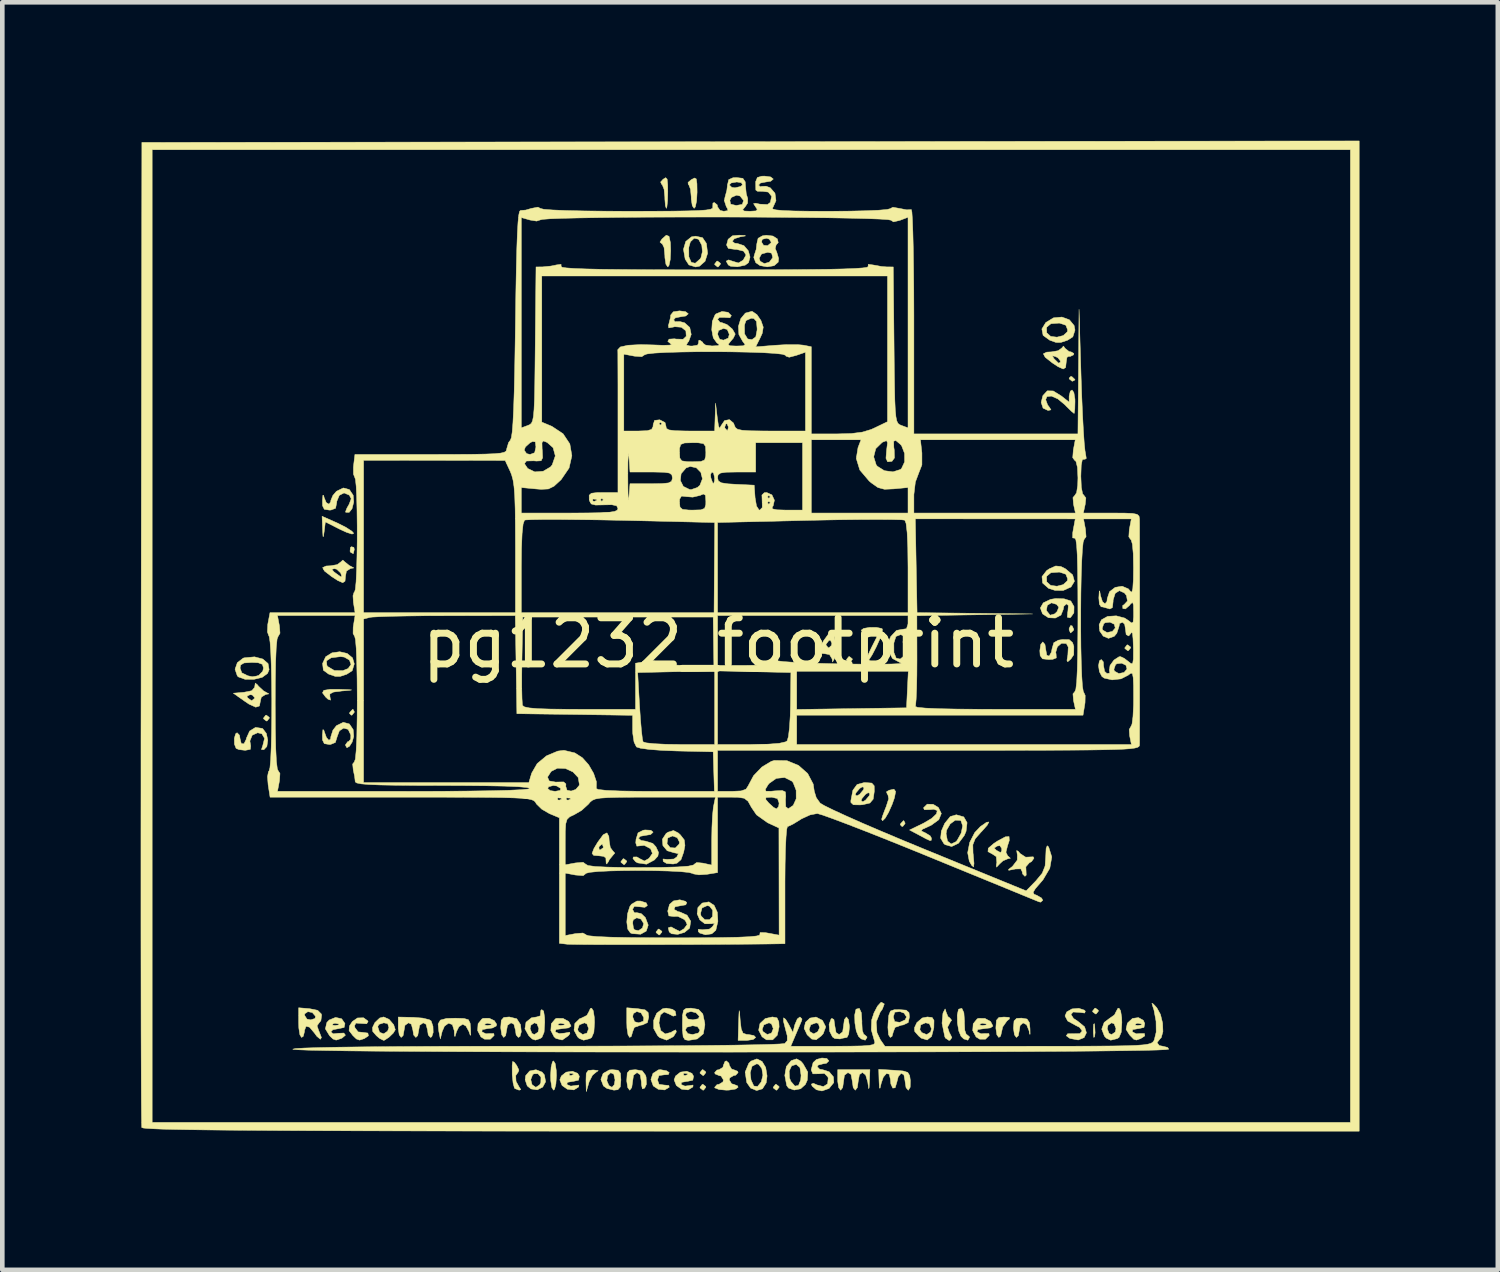
<source format=kicad_pcb>
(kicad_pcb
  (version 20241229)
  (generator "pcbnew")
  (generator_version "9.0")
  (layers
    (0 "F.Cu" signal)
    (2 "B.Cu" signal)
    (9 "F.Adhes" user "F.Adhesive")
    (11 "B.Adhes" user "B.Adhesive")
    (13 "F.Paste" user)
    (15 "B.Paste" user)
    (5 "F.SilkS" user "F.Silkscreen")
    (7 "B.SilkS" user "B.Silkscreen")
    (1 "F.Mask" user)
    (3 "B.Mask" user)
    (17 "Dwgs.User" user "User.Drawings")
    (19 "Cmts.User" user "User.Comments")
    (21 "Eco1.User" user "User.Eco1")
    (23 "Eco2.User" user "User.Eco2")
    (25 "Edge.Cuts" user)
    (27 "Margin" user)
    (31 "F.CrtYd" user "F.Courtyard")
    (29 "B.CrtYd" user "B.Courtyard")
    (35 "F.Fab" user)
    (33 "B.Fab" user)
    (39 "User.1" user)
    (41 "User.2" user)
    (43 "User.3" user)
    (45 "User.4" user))
  (footprint "pg1232_footprint"
    (layer "F.Cu")
    (at 12.521 10.386)
    (property "Reference" "pg1232_footprint" (at 0 0.5 0) (layer "F.SilkS") (effects (font (size 1 1) (thickness 0.15))))
    (attr through_hole)
    (fp_poly (pts (xy -7.901 -1.572) (xy -7.892 -1.526) (xy -7.913 -1.435) (xy -7.968 -1.462) (xy -7.984 -1.487) (xy -7.976 -1.568) (xy -7.956 -1.586) (xy -7.901 -1.572)) (stroke (width 0.01) (type solid)) (fill yes) (layer "F.SilkS"))
    (fp_poly (pts (xy 7.667 0.129) (xy 7.703 0.205) (xy 7.695 0.228) (xy 7.633 0.284) (xy 7.603 0.22) (xy 7.602 0.188) (xy 7.633 0.123) (xy 7.667 0.129)) (stroke (width 0.01) (type solid)) (fill yes) (layer "F.SilkS"))
    (fp_poly (pts (xy -9.735 2.113) (xy -9.733 2.129) (xy -9.782 2.19) (xy -9.797 2.192) (xy -9.858 2.144) (xy -9.86 2.129) (xy -9.812 2.067) (xy -9.797 2.065) (xy -9.735 2.113)) (stroke (width 0.01) (type solid)) (fill yes) (layer "F.SilkS"))
    (fp_poly (pts (xy -7.893 1.987) (xy -7.892 2.002) (xy -7.941 2.063) (xy -7.959 2.065) (xy -7.997 2.026) (xy -7.987 2.002) (xy -7.93 1.941) (xy -7.92 1.938) (xy -7.893 1.987)) (stroke (width 0.01) (type solid)) (fill yes) (layer "F.SilkS"))
    (fp_poly (pts (xy -1.988 5.225) (xy -1.986 5.24) (xy -2.035 5.302) (xy -2.05 5.304) (xy -2.111 5.255) (xy -2.113 5.24) (xy -2.065 5.178) (xy -2.05 5.177) (xy -1.988 5.225)) (stroke (width 0.01) (type solid)) (fill yes) (layer "F.SilkS"))
    (fp_poly (pts (xy -1.226 6.749) (xy -1.224 6.764) (xy -1.273 6.826) (xy -1.288 6.828) (xy -1.349 6.779) (xy -1.351 6.764) (xy -1.303 6.702) (xy -1.288 6.701) (xy -1.226 6.749)) (stroke (width 0.01) (type solid)) (fill yes) (layer "F.SilkS"))
    (fp_poly (pts (xy -0.274 9.797) (xy -0.272 9.812) (xy -0.32 9.874) (xy -0.335 9.876) (xy -0.397 9.827) (xy -0.399 9.812) (xy -0.35 9.75) (xy -0.335 9.749) (xy -0.274 9.797)) (stroke (width 0.01) (type solid)) (fill yes) (layer "F.SilkS"))
    (fp_poly (pts (xy -0.274 10.114) (xy -0.272 10.13) (xy -0.32 10.191) (xy -0.335 10.193) (xy -0.397 10.145) (xy -0.399 10.13) (xy -0.35 10.068) (xy -0.335 10.066) (xy -0.274 10.114)) (stroke (width 0.01) (type solid)) (fill yes) (layer "F.SilkS"))
    (fp_poly (pts (xy 0.044 -7.729) (xy 0.046 -7.714) (xy -0.003 -7.652) (xy -0.018 -7.65) (xy -0.079 -7.699) (xy -0.081 -7.714) (xy -0.033 -7.776) (xy -0.018 -7.777) (xy 0.044 -7.729)) (stroke (width 0.01) (type solid)) (fill yes) (layer "F.SilkS"))
    (fp_poly (pts (xy 1.314 10.114) (xy 1.316 10.13) (xy 1.267 10.191) (xy 1.252 10.193) (xy 1.191 10.145) (xy 1.189 10.13) (xy 1.237 10.068) (xy 1.252 10.066) (xy 1.314 10.114)) (stroke (width 0.01) (type solid)) (fill yes) (layer "F.SilkS"))
    (fp_poly (pts (xy 2.901 0.843) (xy 2.903 0.859) (xy 2.855 0.92) (xy 2.84 0.922) (xy 2.778 0.874) (xy 2.776 0.859) (xy 2.825 0.797) (xy 2.84 0.795) (xy 2.901 0.843)) (stroke (width 0.01) (type solid)) (fill yes) (layer "F.SilkS"))
    (fp_poly (pts (xy 4.045 4.4) (xy 4.046 4.415) (xy 3.997 4.476) (xy 3.979 4.478) (xy 3.941 4.439) (xy 3.951 4.415) (xy 4.008 4.354) (xy 4.018 4.351) (xy 4.045 4.4)) (stroke (width 0.01) (type solid)) (fill yes) (layer "F.SilkS"))
    (fp_poly (pts (xy 7.666 -5.269) (xy 7.726 -5.212) (xy 7.729 -5.202) (xy 7.68 -5.175) (xy 7.666 -5.174) (xy 7.605 -5.223) (xy 7.602 -5.241) (xy 7.641 -5.279) (xy 7.666 -5.269)) (stroke (width 0.01) (type solid)) (fill yes) (layer "F.SilkS"))
    (fp_poly (pts (xy 8.155 8.781) (xy 8.165 8.946) (xy 8.154 9.035) (xy 8.137 9.05) (xy 8.127 8.959) (xy 8.126 8.891) (xy 8.132 8.768) (xy 8.147 8.75) (xy 8.155 8.781)) (stroke (width 0.01) (type solid)) (fill yes) (layer "F.SilkS"))
    (fp_poly (pts (xy 8.235 8.463) (xy 8.237 8.479) (xy 8.189 8.54) (xy 8.174 8.542) (xy 8.112 8.494) (xy 8.11 8.479) (xy 8.159 8.417) (xy 8.174 8.415) (xy 8.235 8.463)) (stroke (width 0.01) (type solid)) (fill yes) (layer "F.SilkS"))
    (fp_poly (pts (xy 8.934 0.589) (xy 8.936 0.605) (xy 8.887 0.666) (xy 8.872 0.668) (xy 8.811 0.62) (xy 8.809 0.605) (xy 8.857 0.543) (xy 8.872 0.541) (xy 8.934 0.589)) (stroke (width 0.01) (type solid)) (fill yes) (layer "F.SilkS"))
    (fp_poly (pts (xy -3.538 9.615) (xy -3.515 9.761) (xy -3.51 9.876) (xy -3.522 10.057) (xy -3.551 10.172) (xy -3.574 10.193) (xy -3.61 10.136) (xy -3.633 9.99) (xy -3.637 9.876) (xy -3.626 9.694) (xy -3.597 9.579) (xy -3.574 9.558) (xy -3.538 9.615)) (stroke (width 0.01) (type solid)) (fill yes) (layer "F.SilkS"))
    (fp_poly (pts (xy -2.701 9.756) (xy -2.605 9.768) (xy -2.628 9.79) (xy -2.637 9.792) (xy -2.729 9.869) (xy -2.803 10.014) (xy -2.805 10.023) (xy -2.864 10.225) (xy -2.87 9.987) (xy -2.865 9.831) (xy -2.823 9.766) (xy -2.717 9.755) (xy -2.701 9.756)) (stroke (width 0.01) (type solid)) (fill yes) (layer "F.SilkS"))
    (fp_poly (pts (xy 6.305 8.615) (xy 6.309 8.647) (xy 6.253 8.694) (xy 6.162 8.822) (xy 6.142 8.914) (xy 6.117 9.022) (xy 6.078 9.05) (xy 6.036 8.994) (xy 6.015 8.857) (xy 6.015 8.828) (xy 6.026 8.678) (xy 6.079 8.618) (xy 6.189 8.608) (xy 6.305 8.615)) (stroke (width 0.01) (type solid)) (fill yes) (layer "F.SilkS"))
    (fp_poly (pts (xy -8.26 -2.1) (xy -8.075 -2.007) (xy -7.944 -1.922) (xy -7.904 -1.877) (xy -7.94 -1.86) (xy -8.059 -1.898) (xy -8.199 -1.962) (xy -8.519 -2.124) (xy -8.544 -1.919) (xy -8.561 -1.807) (xy -8.57 -1.808) (xy -8.578 -1.928) (xy -8.58 -1.98) (xy -8.59 -2.246) (xy -8.26 -2.1)) (stroke (width 0.01) (type solid)) (fill yes) (layer "F.SilkS"))
    (fp_poly (pts (xy -8.225 1.505) (xy -8.027 1.512) (xy -7.95 1.518) (xy -7.989 1.526) (xy -8.139 1.539) (xy -8.158 1.54) (xy -8.342 1.564) (xy -8.421 1.605) (xy -8.421 1.656) (xy -8.406 1.739) (xy -8.462 1.719) (xy -8.514 1.671) (xy -8.581 1.581) (xy -8.553 1.527) (xy -8.419 1.505) (xy -8.225 1.505)) (stroke (width 0.01) (type solid)) (fill yes) (layer "F.SilkS"))
    (fp_poly (pts (xy -1.111 -9.553) (xy -1.099 -9.433) (xy -1.097 -9.278) (xy -1.102 -9.084) (xy -1.116 -8.954) (xy -1.129 -8.92) (xy -1.149 -8.977) (xy -1.16 -9.117) (xy -1.161 -9.169) (xy -1.177 -9.333) (xy -1.217 -9.432) (xy -1.231 -9.441) (xy -1.252 -9.491) (xy -1.199 -9.55) (xy -1.142 -9.585) (xy -1.111 -9.553)) (stroke (width 0.01) (type solid)) (fill yes) (layer "F.SilkS"))
    (fp_poly (pts (xy -1.07 -8.314) (xy -1.04 -8.176) (xy -1.034 -8) (xy -1.044 -7.808) (xy -1.071 -7.682) (xy -1.097 -7.65) (xy -1.137 -7.707) (xy -1.159 -7.848) (xy -1.161 -7.904) (xy -1.177 -8.069) (xy -1.218 -8.154) (xy -1.232 -8.158) (xy -1.266 -8.189) (xy -1.224 -8.254) (xy -1.13 -8.338) (xy -1.07 -8.314)) (stroke (width 0.01) (type solid)) (fill yes) (layer "F.SilkS"))
    (fp_poly (pts (xy -0.479 -9.557) (xy -0.465 -9.454) (xy -0.462 -9.27) (xy -0.473 -9.079) (xy -0.5 -8.952) (xy -0.526 -8.92) (xy -0.566 -8.977) (xy -0.588 -9.117) (xy -0.589 -9.169) (xy -0.604 -9.332) (xy -0.641 -9.43) (xy -0.653 -9.439) (xy -0.658 -9.482) (xy -0.59 -9.54) (xy -0.517 -9.578) (xy -0.479 -9.557)) (stroke (width 0.01) (type solid)) (fill yes) (layer "F.SilkS"))
    (fp_poly (pts (xy -4.424 9.588) (xy -4.372 9.657) (xy -4.324 9.757) (xy -4.34 9.801) (xy -4.393 9.877) (xy -4.386 10.002) (xy -4.323 10.117) (xy -4.282 10.181) (xy -4.319 10.193) (xy -4.411 10.158) (xy -4.421 10.145) (xy -4.45 10.038) (xy -4.469 9.86) (xy -4.47 9.669) (xy -4.47 9.657) (xy -4.46 9.571) (xy -4.424 9.588)) (stroke (width 0.01) (type solid)) (fill yes) (layer "F.SilkS"))
    (fp_poly (pts (xy 0.459 8.509) (xy 0.471 8.658) (xy 0.473 8.685) (xy 0.495 8.868) (xy 0.534 8.957) (xy 0.611 8.985) (xy 0.652 8.987) (xy 0.77 9.009) (xy 0.808 9.05) (xy 0.753 9.095) (xy 0.62 9.114) (xy 0.617 9.114) (xy 0.427 9.114) (xy 0.438 8.748) (xy 0.445 8.549) (xy 0.451 8.47) (xy 0.459 8.509)) (stroke (width 0.01) (type solid)) (fill yes) (layer "F.SilkS"))
    (fp_poly (pts (xy 3.842 3.72) (xy 3.815 3.858) (xy 3.765 4) (xy 3.688 4.173) (xy 3.614 4.299) (xy 3.558 4.354) (xy 3.538 4.321) (xy 3.561 4.243) (xy 3.616 4.098) (xy 3.635 4.052) (xy 3.691 3.878) (xy 3.674 3.788) (xy 3.661 3.777) (xy 3.643 3.726) (xy 3.701 3.692) (xy 3.805 3.669) (xy 3.842 3.72)) (stroke (width 0.01) (type solid)) (fill yes) (layer "F.SilkS"))
    (fp_poly (pts (xy -1.123 9.773) (xy -1.066 9.812) (xy -1.085 9.855) (xy -1.173 9.86) (xy -1.288 9.876) (xy -1.32 9.971) (xy -1.286 10.067) (xy -1.173 10.082) (xy -1.074 10.091) (xy -1.066 10.13) (xy -1.165 10.188) (xy -1.303 10.174) (xy -1.412 10.101) (xy -1.463 9.961) (xy -1.418 9.829) (xy -1.3 9.753) (xy -1.255 9.749) (xy -1.123 9.773)) (stroke (width 0.01) (type solid)) (fill yes) (layer "F.SilkS"))
    (fp_poly (pts (xy 3.098 8.514) (xy 3.111 8.7) (xy 3.11 8.735) (xy 3.118 8.893) (xy 3.148 8.98) (xy 3.161 8.987) (xy 3.219 9.035) (xy 3.221 9.05) (xy 3.183 9.11) (xy 3.097 9.083) (xy 3.036 9.026) (xy 2.988 8.91) (xy 2.959 8.738) (xy 2.954 8.565) (xy 2.979 8.448) (xy 2.988 8.436) (xy 3.055 8.42) (xy 3.098 8.514)) (stroke (width 0.01) (type solid)) (fill yes) (layer "F.SilkS"))
    (fp_poly (pts (xy 5.321 8.514) (xy 5.334 8.7) (xy 5.333 8.735) (xy 5.34 8.893) (xy 5.37 8.98) (xy 5.383 8.987) (xy 5.441 9.035) (xy 5.443 9.05) (xy 5.406 9.11) (xy 5.319 9.083) (xy 5.259 9.026) (xy 5.21 8.91) (xy 5.181 8.738) (xy 5.177 8.565) (xy 5.202 8.448) (xy 5.211 8.436) (xy 5.277 8.42) (xy 5.321 8.514)) (stroke (width 0.01) (type solid)) (fill yes) (layer "F.SilkS"))
    (fp_poly (pts (xy 5.827 4.45) (xy 5.705 4.588) (xy 5.692 4.6) (xy 5.566 4.744) (xy 5.515 4.873) (xy 5.519 5.052) (xy 5.523 5.084) (xy 5.54 5.278) (xy 5.531 5.354) (xy 5.49 5.321) (xy 5.438 5.231) (xy 5.403 5.046) (xy 5.447 4.823) (xy 5.556 4.61) (xy 5.677 4.481) (xy 5.812 4.387) (xy 5.863 4.38) (xy 5.827 4.45)) (stroke (width 0.01) (type solid)) (fill yes) (layer "F.SilkS"))
    (fp_poly (pts (xy 4.93 8.47) (xy 4.931 8.489) (xy 4.976 8.599) (xy 5.015 8.627) (xy 5.056 8.678) (xy 5.028 8.712) (xy 4.967 8.828) (xy 5.008 8.953) (xy 5.015 8.96) (xy 5.061 9.052) (xy 5.02 9.11) (xy 4.997 9.114) (xy 4.92 9.063) (xy 4.907 9.034) (xy 4.847 8.742) (xy 4.867 8.526) (xy 4.873 8.51) (xy 4.914 8.432) (xy 4.93 8.47)) (stroke (width 0.01) (type solid)) (fill yes) (layer "F.SilkS"))
    (fp_poly (pts (xy 6.689 8.651) (xy 6.74 8.726) (xy 6.754 8.86) (xy 6.756 8.981) (xy 6.747 8.98) (xy 6.734 8.907) (xy 6.68 8.774) (xy 6.603 8.735) (xy 6.539 8.792) (xy 6.523 8.891) (xy 6.501 9.011) (xy 6.459 9.05) (xy 6.417 8.994) (xy 6.396 8.858) (xy 6.396 8.837) (xy 6.408 8.692) (xy 6.464 8.637) (xy 6.57 8.631) (xy 6.689 8.651)) (stroke (width 0.01) (type solid)) (fill yes) (layer "F.SilkS"))
    (fp_poly (pts (xy -4.371 8.645) (xy -4.289 8.772) (xy -4.272 8.928) (xy -4.3 9.029) (xy -4.336 9.05) (xy -4.384 8.996) (xy -4.399 8.891) (xy -4.432 8.764) (xy -4.495 8.733) (xy -4.571 8.788) (xy -4.59 8.891) (xy -4.612 9.011) (xy -4.653 9.05) (xy -4.695 8.994) (xy -4.716 8.857) (xy -4.717 8.828) (xy -4.706 8.678) (xy -4.652 8.617) (xy -4.533 8.606) (xy -4.371 8.645)) (stroke (width 0.01) (type solid)) (fill yes) (layer "F.SilkS"))
    (fp_poly (pts (xy 3.534 0.185) (xy 3.555 0.198) (xy 3.55 0.271) (xy 3.499 0.414) (xy 3.42 0.589) (xy 3.332 0.758) (xy 3.253 0.881) (xy 3.206 0.922) (xy 3.204 0.871) (xy 3.252 0.741) (xy 3.316 0.605) (xy 3.477 0.287) (xy 3.285 0.287) (xy 3.151 0.269) (xy 3.094 0.225) (xy 3.094 0.224) (xy 3.148 0.185) (xy 3.275 0.163) (xy 3.421 0.162) (xy 3.534 0.185)) (stroke (width 0.01) (type solid)) (fill yes) (layer "F.SilkS"))
    (fp_poly (pts (xy -7.6 8.691) (xy -7.593 8.708) (xy -7.624 8.754) (xy -7.737 8.747) (xy -7.856 8.739) (xy -7.886 8.793) (xy -7.88 8.835) (xy -7.809 8.93) (xy -7.715 8.94) (xy -7.598 8.955) (xy -7.585 9.014) (xy -7.675 9.075) (xy -7.778 9.108) (xy -7.845 9.084) (xy -7.919 9.014) (xy -8.005 8.903) (xy -7.996 8.801) (xy -7.935 8.706) (xy -7.823 8.628) (xy -7.692 8.624) (xy -7.6 8.691)) (stroke (width 0.01) (type solid)) (fill yes) (layer "F.SilkS"))
    (fp_poly (pts (xy -1.65 9.774) (xy -1.579 9.87) (xy -1.567 9.912) (xy -1.56 10.064) (xy -1.597 10.147) (xy -1.647 10.165) (xy -1.667 10.076) (xy -1.669 10.015) (xy -1.694 9.859) (xy -1.764 9.812) (xy -1.84 9.869) (xy -1.859 10.003) (xy -1.878 10.136) (xy -1.922 10.193) (xy -1.923 10.193) (xy -1.965 10.137) (xy -1.986 10) (xy -1.986 9.971) (xy -1.976 9.821) (xy -1.922 9.76) (xy -1.797 9.749) (xy -1.65 9.774)) (stroke (width 0.01) (type solid)) (fill yes) (layer "F.SilkS"))
    (fp_poly (pts (xy 1.27 8.625) (xy 1.31 8.71) (xy 1.316 8.821) (xy 1.276 9.003) (xy 1.176 9.102) (xy 1.043 9.102) (xy 0.947 9.037) (xy 0.873 8.893) (xy 0.876 8.875) (xy 0.949 8.875) (xy 0.966 8.923) (xy 1.059 8.986) (xy 1.152 8.954) (xy 1.189 8.86) (xy 1.151 8.757) (xy 1.097 8.733) (xy 0.986 8.777) (xy 0.949 8.875) (xy 0.876 8.875) (xy 0.901 8.749) (xy 1.015 8.641) (xy 1.17 8.606) (xy 1.27 8.625)) (stroke (width 0.01) (type solid)) (fill yes) (layer "F.SilkS"))
    (fp_poly (pts (xy -2.174 9.761) (xy -2.123 9.825) (xy -2.113 9.971) (xy -2.126 10.122) (xy -2.179 10.183) (xy -2.264 10.193) (xy -2.415 10.156) (xy -2.492 10.101) (xy -2.535 9.989) (xy -2.418 9.989) (xy -2.372 10.094) (xy -2.306 10.13) (xy -2.257 10.075) (xy -2.24 9.971) (xy -2.268 9.844) (xy -2.335 9.815) (xy -2.401 9.879) (xy -2.418 9.989) (xy -2.535 9.989) (xy -2.547 9.958) (xy -2.498 9.83) (xy -2.365 9.755) (xy -2.3 9.749) (xy -2.174 9.761)) (stroke (width 0.01) (type solid)) (fill yes) (layer "F.SilkS"))
    (fp_poly (pts (xy 2.254 8.68) (xy 2.256 8.682) (xy 2.327 8.82) (xy 2.273 8.967) (xy 2.232 9.014) (xy 2.119 9.1) (xy 2.023 9.085) (xy 1.924 8.992) (xy 1.869 8.875) (xy 1.966 8.875) (xy 1.985 8.926) (xy 2.066 8.973) (xy 2.153 8.926) (xy 2.194 8.838) (xy 2.167 8.748) (xy 2.118 8.733) (xy 2.002 8.776) (xy 1.966 8.875) (xy 1.869 8.875) (xy 1.858 8.851) (xy 1.888 8.722) (xy 1.984 8.631) (xy 2.116 8.608) (xy 2.254 8.68)) (stroke (width 0.01) (type solid)) (fill yes) (layer "F.SilkS"))
    (fp_poly (pts (xy 6.498 5.015) (xy 6.542 5.066) (xy 6.66 5.143) (xy 6.737 5.139) (xy 6.823 5.135) (xy 6.84 5.163) (xy 6.789 5.237) (xy 6.738 5.266) (xy 6.664 5.351) (xy 6.668 5.431) (xy 6.672 5.532) (xy 6.644 5.558) (xy 6.593 5.506) (xy 6.586 5.461) (xy 6.554 5.396) (xy 6.439 5.399) (xy 6.412 5.404) (xy 6.293 5.428) (xy 6.288 5.409) (xy 6.374 5.343) (xy 6.478 5.207) (xy 6.48 5.098) (xy 6.465 4.999) (xy 6.498 5.015)) (stroke (width 0.01) (type solid)) (fill yes) (layer "F.SilkS"))
    (fp_poly (pts (xy -5.513 8.639) (xy -5.418 8.667) (xy -5.381 8.741) (xy -5.371 8.86) (xy -5.367 8.991) (xy -5.378 9.005) (xy -5.406 8.923) (xy -5.471 8.804) (xy -5.542 8.764) (xy -5.624 8.818) (xy -5.676 8.923) (xy -5.708 9.029) (xy -5.721 9.018) (xy -5.726 8.902) (xy -5.766 8.773) (xy -5.847 8.741) (xy -5.936 8.804) (xy -5.988 8.923) (xy -6.027 9.082) (xy -6.061 8.911) (xy -6.075 8.759) (xy -6.026 8.674) (xy -5.892 8.638) (xy -5.701 8.633) (xy -5.513 8.639)) (stroke (width 0.01) (type solid)) (fill yes) (layer "F.SilkS"))
    (fp_poly (pts (xy -3.822 9.801) (xy -3.772 9.861) (xy -3.745 10.01) (xy -3.808 10.126) (xy -3.926 10.186) (xy -4.062 10.166) (xy -4.143 10.101) (xy -4.188 9.969) (xy -4.187 9.963) (xy -4.067 9.963) (xy -4.039 10.074) (xy -3.96 10.129) (xy -3.955 10.13) (xy -3.876 10.079) (xy -3.849 10.03) (xy -3.846 9.913) (xy -3.91 9.836) (xy -4.001 9.838) (xy -4.027 9.859) (xy -4.067 9.963) (xy -4.187 9.963) (xy -4.178 9.879) (xy -4.091 9.777) (xy -3.954 9.75) (xy -3.822 9.801)) (stroke (width 0.01) (type solid)) (fill yes) (layer "F.SilkS"))
    (fp_poly (pts (xy 2.818 8.661) (xy 2.839 8.799) (xy 2.84 8.828) (xy 2.825 8.975) (xy 2.789 9.048) (xy 2.781 9.05) (xy 2.673 9.071) (xy 2.637 9.083) (xy 2.522 9.073) (xy 2.473 9.039) (xy 2.411 8.917) (xy 2.399 8.767) (xy 2.441 8.652) (xy 2.459 8.637) (xy 2.504 8.662) (xy 2.522 8.786) (xy 2.522 8.792) (xy 2.55 8.945) (xy 2.617 8.987) (xy 2.693 8.93) (xy 2.713 8.796) (xy 2.731 8.662) (xy 2.775 8.606) (xy 2.776 8.606) (xy 2.818 8.661)) (stroke (width 0.01) (type solid)) (fill yes) (layer "F.SilkS"))
    (fp_poly (pts (xy 4.633 8.618) (xy 4.673 8.681) (xy 4.67 8.83) (xy 4.669 8.843) (xy 4.621 9.028) (xy 4.525 9.105) (xy 4.396 9.065) (xy 4.34 9.017) (xy 4.255 8.92) (xy 4.252 8.879) (xy 4.366 8.879) (xy 4.406 8.944) (xy 4.514 8.988) (xy 4.6 8.932) (xy 4.618 8.86) (xy 4.573 8.753) (xy 4.491 8.733) (xy 4.386 8.778) (xy 4.366 8.879) (xy 4.252 8.879) (xy 4.25 8.839) (xy 4.302 8.728) (xy 4.419 8.628) (xy 4.529 8.606) (xy 4.633 8.618)) (stroke (width 0.01) (type solid)) (fill yes) (layer "F.SilkS"))
    (fp_poly (pts (xy -7.139 8.657) (xy -7.038 8.774) (xy -7.003 8.883) (xy -7.047 8.956) (xy -7.143 9.048) (xy -7.237 9.109) (xy -7.257 9.114) (xy -7.341 9.073) (xy -7.411 9.014) (xy -7.493 8.919) (xy -7.498 8.838) (xy -7.488 8.817) (xy -7.384 8.817) (xy -7.344 8.938) (xy -7.256 8.972) (xy -7.171 8.915) (xy -7.141 8.838) (xy -7.168 8.751) (xy -7.252 8.733) (xy -7.358 8.767) (xy -7.384 8.817) (xy -7.488 8.817) (xy -7.445 8.728) (xy -7.341 8.629) (xy -7.257 8.606) (xy -7.139 8.657)) (stroke (width 0.01) (type solid)) (fill yes) (layer "F.SilkS"))
    (fp_poly (pts (xy -0.996 8.44) (xy -0.936 8.483) (xy -0.918 8.57) (xy -0.98 8.589) (xy -1.061 8.546) (xy -1.178 8.497) (xy -1.257 8.563) (xy -1.288 8.733) (xy -1.288 8.738) (xy -1.25 8.901) (xy -1.153 8.974) (xy -1.023 8.939) (xy -1.001 8.922) (xy -0.925 8.886) (xy -0.911 8.929) (xy -0.965 9.018) (xy -0.983 9.037) (xy -1.122 9.109) (xy -1.269 9.055) (xy -1.315 9.014) (xy -1.402 8.857) (xy -1.404 8.68) (xy -1.336 8.524) (xy -1.208 8.428) (xy -1.131 8.415) (xy -0.996 8.44)) (stroke (width 0.01) (type solid)) (fill yes) (layer "F.SilkS"))
    (fp_poly (pts (xy 0.946 9.57) (xy 1.025 9.701) (xy 1.055 9.885) (xy 1.036 10.034) (xy 0.955 10.163) (xy 0.829 10.201) (xy 0.699 10.148) (xy 0.614 10.026) (xy 0.583 9.816) (xy 0.689 9.816) (xy 0.707 9.971) (xy 0.768 10.103) (xy 0.849 10.113) (xy 0.929 10.013) (xy 0.965 9.867) (xy 0.941 9.723) (xy 0.871 9.632) (xy 0.83 9.622) (xy 0.729 9.675) (xy 0.689 9.816) (xy 0.583 9.816) (xy 0.581 9.799) (xy 0.659 9.611) (xy 0.707 9.563) (xy 0.834 9.515) (xy 0.946 9.57)) (stroke (width 0.01) (type solid)) (fill yes) (layer "F.SilkS"))
    (fp_poly (pts (xy -1.748 8.427) (xy -1.59 8.452) (xy -1.523 8.509) (xy -1.51 8.606) (xy -1.538 8.728) (xy -1.646 8.779) (xy -1.685 8.784) (xy -1.822 8.832) (xy -1.859 8.927) (xy -1.887 9.028) (xy -1.923 9.05) (xy -1.959 8.993) (xy -1.982 8.847) (xy -1.986 8.729) (xy -1.986 8.601) (xy -1.859 8.601) (xy -1.817 8.709) (xy -1.728 8.733) (xy -1.626 8.698) (xy -1.617 8.622) (xy -1.676 8.519) (xy -1.768 8.488) (xy -1.843 8.533) (xy -1.859 8.601) (xy -1.986 8.601) (xy -1.986 8.407) (xy -1.748 8.427)) (stroke (width 0.01) (type solid)) (fill yes) (layer "F.SilkS"))
    (fp_poly (pts (xy 4.655 3.997) (xy 4.769 4.067) (xy 4.832 4.197) (xy 4.777 4.331) (xy 4.612 4.451) (xy 4.548 4.481) (xy 4.42 4.539) (xy 4.399 4.575) (xy 4.475 4.612) (xy 4.482 4.614) (xy 4.589 4.679) (xy 4.618 4.73) (xy 4.615 4.776) (xy 4.587 4.784) (xy 4.503 4.746) (xy 4.365 4.672) (xy 4.143 4.554) (xy 4.444 4.408) (xy 4.624 4.302) (xy 4.726 4.205) (xy 4.744 4.133) (xy 4.669 4.104) (xy 4.583 4.113) (xy 4.465 4.115) (xy 4.446 4.073) (xy 4.526 3.994) (xy 4.655 3.997)) (stroke (width 0.01) (type solid)) (fill yes) (layer "F.SilkS"))
    (fp_poly (pts (xy 7.932 8.458) (xy 7.953 8.481) (xy 7.939 8.521) (xy 7.837 8.508) (xy 7.69 8.499) (xy 7.642 8.551) (xy 7.697 8.638) (xy 7.791 8.7) (xy 7.937 8.82) (xy 7.977 8.949) (xy 7.926 9.054) (xy 7.799 9.105) (xy 7.618 9.071) (xy 7.54 9.014) (xy 7.569 8.971) (xy 7.686 8.969) (xy 7.69 8.97) (xy 7.835 8.967) (xy 7.885 8.91) (xy 7.828 8.831) (xy 7.75 8.792) (xy 7.571 8.694) (xy 7.513 8.584) (xy 7.55 8.497) (xy 7.663 8.432) (xy 7.812 8.419) (xy 7.932 8.458)) (stroke (width 0.01) (type solid)) (fill yes) (layer "F.SilkS"))
    (fp_poly (pts (xy -3.05 9.828) (xy -3.014 9.891) (xy -3.031 9.976) (xy -3.144 10.002) (xy -3.16 10.003) (xy -3.273 10.023) (xy -3.286 10.069) (xy -3.201 10.105) (xy -3.116 10.094) (xy -3.025 10.082) (xy -3.03 10.123) (xy -3.133 10.187) (xy -3.274 10.172) (xy -3.388 10.092) (xy -3.437 9.97) (xy -3.404 9.886) (xy -3.338 9.833) (xy -3.235 9.833) (xy -3.226 9.871) (xy -3.193 9.876) (xy -3.141 9.852) (xy -3.15 9.833) (xy -3.226 9.826) (xy -3.235 9.833) (xy -3.338 9.833) (xy -3.298 9.802) (xy -3.163 9.783) (xy -3.05 9.828)) (stroke (width 0.01) (type solid)) (fill yes) (layer "F.SilkS"))
    (fp_poly (pts (xy -0.574 9.828) (xy -0.538 9.891) (xy -0.555 9.976) (xy -0.668 10.002) (xy -0.684 10.003) (xy -0.797 10.023) (xy -0.81 10.069) (xy -0.725 10.105) (xy -0.639 10.094) (xy -0.549 10.082) (xy -0.553 10.123) (xy -0.657 10.187) (xy -0.798 10.172) (xy -0.911 10.092) (xy -0.96 9.97) (xy -0.928 9.886) (xy -0.861 9.833) (xy -0.759 9.833) (xy -0.75 9.871) (xy -0.716 9.876) (xy -0.664 9.852) (xy -0.674 9.833) (xy -0.749 9.826) (xy -0.759 9.833) (xy -0.861 9.833) (xy -0.822 9.802) (xy -0.686 9.783) (xy -0.574 9.828)) (stroke (width 0.01) (type solid)) (fill yes) (layer "F.SilkS"))
    (fp_poly (pts (xy -0.344 -8.284) (xy -0.263 -8.164) (xy -0.259 -8.152) (xy -0.234 -7.946) (xy -0.289 -7.773) (xy -0.409 -7.667) (xy -0.494 -7.65) (xy -0.639 -7.694) (xy -0.72 -7.819) (xy -0.757 -8.032) (xy -0.745 -8.073) (xy -0.642 -8.073) (xy -0.64 -7.869) (xy -0.588 -7.75) (xy -0.502 -7.73) (xy -0.397 -7.823) (xy -0.378 -7.851) (xy -0.347 -7.982) (xy -0.36 -8.121) (xy -0.43 -8.251) (xy -0.524 -8.273) (xy -0.607 -8.195) (xy -0.642 -8.073) (xy -0.745 -8.073) (xy -0.707 -8.203) (xy -0.582 -8.303) (xy -0.494 -8.317) (xy -0.344 -8.284)) (stroke (width 0.01) (type solid)) (fill yes) (layer "F.SilkS"))
    (fp_poly (pts (xy 3.274 9.987) (xy 3.267 10.135) (xy 3.259 10.162) (xy 3.245 10.072) (xy 3.238 10.018) (xy 3.191 9.863) (xy 3.12 9.809) (xy 3.056 9.858) (xy 3.03 10.003) (xy 3.012 10.136) (xy 2.968 10.193) (xy 2.967 10.193) (xy 2.922 10.138) (xy 2.903 10.005) (xy 2.903 10.003) (xy 2.875 9.851) (xy 2.808 9.812) (xy 2.732 9.869) (xy 2.713 10.003) (xy 2.694 10.136) (xy 2.65 10.193) (xy 2.649 10.193) (xy 2.607 10.137) (xy 2.586 10) (xy 2.586 9.971) (xy 2.586 9.749) (xy 3.284 9.749) (xy 3.274 9.987)) (stroke (width 0.01) (type solid)) (fill yes) (layer "F.SilkS"))
    (fp_poly (pts (xy 7.424 -1.157) (xy 7.522 -1.108) (xy 7.678 -0.976) (xy 7.717 -0.836) (xy 7.643 -0.714) (xy 7.475 -0.638) (xy 7.298 -0.639) (xy 7.158 -0.683) (xy 7.027 -0.799) (xy 7.014 -0.937) (xy 7.019 -0.944) (xy 7.112 -0.944) (xy 7.117 -0.824) (xy 7.202 -0.748) (xy 7.338 -0.73) (xy 7.475 -0.765) (xy 7.562 -0.846) (xy 7.57 -0.888) (xy 7.531 -0.99) (xy 7.394 -1.035) (xy 7.388 -1.036) (xy 7.207 -1.023) (xy 7.112 -0.944) (xy 7.019 -0.944) (xy 7.116 -1.07) (xy 7.174 -1.108) (xy 7.312 -1.169) (xy 7.424 -1.157)) (stroke (width 0.01) (type solid)) (fill yes) (layer "F.SilkS"))
    (fp_poly (pts (xy 7.607 -6.505) (xy 7.71 -6.381) (xy 7.729 -6.281) (xy 7.682 -6.135) (xy 7.566 -6.061) (xy 7.421 -6.013) (xy 7.317 -6.014) (xy 7.182 -6.062) (xy 7.038 -6.167) (xy 7.011 -6.306) (xy 7.033 -6.341) (xy 7.112 -6.341) (xy 7.117 -6.222) (xy 7.202 -6.145) (xy 7.338 -6.128) (xy 7.475 -6.163) (xy 7.562 -6.243) (xy 7.57 -6.285) (xy 7.531 -6.387) (xy 7.394 -6.432) (xy 7.388 -6.433) (xy 7.207 -6.42) (xy 7.112 -6.341) (xy 7.033 -6.341) (xy 7.096 -6.445) (xy 7.263 -6.547) (xy 7.446 -6.564) (xy 7.607 -6.505)) (stroke (width 0.01) (type solid)) (fill yes) (layer "F.SilkS"))
    (fp_poly (pts (xy 7.705 -4.927) (xy 7.728 -4.786) (xy 7.729 -4.729) (xy 7.725 -4.57) (xy 7.714 -4.482) (xy 7.709 -4.475) (xy 7.657 -4.517) (xy 7.551 -4.62) (xy 7.507 -4.666) (xy 7.356 -4.791) (xy 7.218 -4.851) (xy 7.121 -4.84) (xy 7.094 -4.774) (xy 7.136 -4.659) (xy 7.17 -4.615) (xy 7.209 -4.553) (xy 7.145 -4.539) (xy 7.037 -4.59) (xy 6.996 -4.714) (xy 7.033 -4.861) (xy 7.129 -4.965) (xy 7.258 -4.962) (xy 7.435 -4.852) (xy 7.602 -4.72) (xy 7.602 -4.852) (xy 7.628 -4.958) (xy 7.666 -4.983) (xy 7.705 -4.927)) (stroke (width 0.01) (type solid)) (fill yes) (layer "F.SilkS"))
    (fp_poly (pts (xy 8.718 8.472) (xy 8.741 8.618) (xy 8.745 8.726) (xy 8.731 8.938) (xy 8.683 9.05) (xy 8.645 9.075) (xy 8.503 9.11) (xy 8.407 9.065) (xy 8.367 9.021) (xy 8.309 8.87) (xy 8.313 8.86) (xy 8.428 8.86) (xy 8.467 8.963) (xy 8.523 8.987) (xy 8.601 8.934) (xy 8.618 8.86) (xy 8.579 8.756) (xy 8.523 8.733) (xy 8.445 8.785) (xy 8.428 8.86) (xy 8.313 8.86) (xy 8.362 8.724) (xy 8.476 8.638) (xy 8.585 8.561) (xy 8.618 8.495) (xy 8.658 8.421) (xy 8.682 8.415) (xy 8.718 8.472)) (stroke (width 0.01) (type solid)) (fill yes) (layer "F.SilkS"))
    (fp_poly (pts (xy -6.606 8.615) (xy -6.409 8.631) (xy -6.267 8.666) (xy -6.226 8.693) (xy -6.186 8.81) (xy -6.182 8.943) (xy -6.213 9.036) (xy -6.241 9.05) (xy -6.289 8.996) (xy -6.304 8.891) (xy -6.337 8.764) (xy -6.4 8.733) (xy -6.476 8.788) (xy -6.495 8.891) (xy -6.517 9.011) (xy -6.558 9.05) (xy -6.606 8.996) (xy -6.622 8.891) (xy -6.655 8.764) (xy -6.717 8.733) (xy -6.794 8.788) (xy -6.812 8.891) (xy -6.834 9.011) (xy -6.876 9.05) (xy -6.918 8.994) (xy -6.939 8.857) (xy -6.939 8.829) (xy -6.939 8.608) (xy -6.606 8.615)) (stroke (width 0.01) (type solid)) (fill yes) (layer "F.SilkS"))
    (fp_poly (pts (xy -4.857 8.686) (xy -4.806 8.764) (xy -4.816 8.803) (xy -4.9 8.846) (xy -5.01 8.86) (xy -5.119 8.881) (xy -5.126 8.929) (xy -5.038 8.971) (xy -4.96 8.965) (xy -4.868 8.966) (xy -4.861 9.007) (xy -4.943 9.088) (xy -5.068 9.088) (xy -5.147 9.039) (xy -5.219 8.901) (xy -5.211 8.781) (xy -5.07 8.781) (xy -5.008 8.791) (xy -4.925 8.779) (xy -4.924 8.758) (xy -5.009 8.742) (xy -5.046 8.753) (xy -5.07 8.781) (xy -5.211 8.781) (xy -5.209 8.753) (xy -5.123 8.648) (xy -5.095 8.636) (xy -4.968 8.634) (xy -4.857 8.686)) (stroke (width 0.01) (type solid)) (fill yes) (layer "F.SilkS"))
    (fp_poly (pts (xy -3.788 8.478) (xy -3.767 8.621) (xy -3.764 8.722) (xy -3.778 8.936) (xy -3.825 9.048) (xy -3.865 9.075) (xy -3.968 9.108) (xy -4.035 9.084) (xy -4.109 9.014) (xy -4.194 8.862) (xy -4.193 8.86) (xy -4.082 8.86) (xy -4.042 8.963) (xy -3.987 8.987) (xy -3.909 8.934) (xy -3.891 8.86) (xy -3.931 8.756) (xy -3.987 8.733) (xy -4.064 8.785) (xy -4.082 8.86) (xy -4.193 8.86) (xy -4.17 8.72) (xy -4.053 8.625) (xy -3.938 8.606) (xy -3.858 8.581) (xy -3.857 8.546) (xy -3.849 8.465) (xy -3.829 8.447) (xy -3.788 8.478)) (stroke (width 0.01) (type solid)) (fill yes) (layer "F.SilkS"))
    (fp_poly (pts (xy -2.712 8.472) (xy -2.689 8.618) (xy -2.685 8.726) (xy -2.699 8.938) (xy -2.747 9.05) (xy -2.785 9.075) (xy -2.921 9.11) (xy -3.016 9.072) (xy -3.053 9.037) (xy -3.129 8.893) (xy -3.127 8.875) (xy -3.051 8.875) (xy -3.034 8.923) (xy -2.942 8.986) (xy -2.848 8.954) (xy -2.812 8.86) (xy -2.85 8.757) (xy -2.903 8.733) (xy -3.015 8.777) (xy -3.051 8.875) (xy -3.127 8.875) (xy -3.111 8.746) (xy -3.007 8.644) (xy -2.971 8.632) (xy -2.851 8.572) (xy -2.812 8.503) (xy -2.775 8.423) (xy -2.748 8.415) (xy -2.712 8.472)) (stroke (width 0.01) (type solid)) (fill yes) (layer "F.SilkS"))
    (fp_poly (pts (xy 1.787 9.565) (xy 1.835 9.62) (xy 1.937 9.8) (xy 1.927 9.976) (xy 1.885 10.07) (xy 1.782 10.163) (xy 1.642 10.19) (xy 1.52 10.147) (xy 1.481 10.093) (xy 1.439 9.874) (xy 1.456 9.778) (xy 1.534 9.778) (xy 1.541 9.928) (xy 1.571 10.004) (xy 1.659 10.105) (xy 1.736 10.091) (xy 1.784 9.972) (xy 1.792 9.871) (xy 1.767 9.702) (xy 1.688 9.635) (xy 1.686 9.635) (xy 1.587 9.666) (xy 1.534 9.778) (xy 1.456 9.778) (xy 1.473 9.68) (xy 1.576 9.555) (xy 1.581 9.552) (xy 1.695 9.514) (xy 1.787 9.565)) (stroke (width 0.01) (type solid)) (fill yes) (layer "F.SilkS"))
    (fp_poly (pts (xy 3.808 9.761) (xy 4.002 9.777) (xy 4.104 9.808) (xy 4.146 9.878) (xy 4.161 9.987) (xy 4.157 10.129) (xy 4.118 10.193) (xy 4.114 10.193) (xy 4.067 10.138) (xy 4.046 10.004) (xy 4.046 9.997) (xy 4.02 9.859) (xy 3.961 9.828) (xy 3.899 9.898) (xy 3.867 10.024) (xy 3.831 10.141) (xy 3.779 10.148) (xy 3.738 10.059) (xy 3.729 9.962) (xy 3.703 9.846) (xy 3.643 9.832) (xy 3.575 9.91) (xy 3.53 10.04) (xy 3.504 10.148) (xy 3.491 10.148) (xy 3.484 10.03) (xy 3.482 9.983) (xy 3.475 9.742) (xy 3.808 9.761)) (stroke (width 0.01) (type solid)) (fill yes) (layer "F.SilkS"))
    (fp_poly (pts (xy 5.318 4.27) (xy 5.39 4.395) (xy 5.368 4.583) (xy 5.329 4.674) (xy 5.203 4.842) (xy 5.056 4.912) (xy 4.914 4.872) (xy 4.887 4.849) (xy 4.817 4.731) (xy 4.827 4.636) (xy 4.935 4.636) (xy 4.966 4.795) (xy 5.045 4.857) (xy 5.149 4.808) (xy 5.174 4.78) (xy 5.263 4.62) (xy 5.294 4.464) (xy 5.258 4.356) (xy 5.245 4.346) (xy 5.135 4.341) (xy 5.024 4.422) (xy 4.948 4.554) (xy 4.935 4.636) (xy 4.827 4.636) (xy 4.832 4.578) (xy 4.905 4.411) (xy 5.026 4.262) (xy 5.157 4.224) (xy 5.318 4.27)) (stroke (width 0.01) (type solid)) (fill yes) (layer "F.SilkS"))
    (fp_poly (pts (xy 5.777 8.638) (xy 5.9 8.705) (xy 5.951 8.804) (xy 5.896 8.843) (xy 5.762 8.859) (xy 5.757 8.86) (xy 5.624 8.878) (xy 5.605 8.929) (xy 5.694 8.971) (xy 5.772 8.965) (xy 5.863 8.966) (xy 5.87 9.007) (xy 5.789 9.088) (xy 5.664 9.088) (xy 5.585 9.039) (xy 5.512 8.901) (xy 5.521 8.781) (xy 5.661 8.781) (xy 5.724 8.791) (xy 5.806 8.779) (xy 5.807 8.758) (xy 5.722 8.742) (xy 5.685 8.753) (xy 5.661 8.781) (xy 5.521 8.781) (xy 5.523 8.753) (xy 5.609 8.648) (xy 5.637 8.636) (xy 5.777 8.638)) (stroke (width 0.01) (type solid)) (fill yes) (layer "F.SilkS"))
    (fp_poly (pts (xy -8.166 8.646) (xy -8.094 8.749) (xy -8.112 8.834) (xy -8.228 8.859) (xy -8.236 8.86) (xy -8.358 8.883) (xy -8.4 8.93) (xy -8.348 8.972) (xy -8.241 8.96) (xy -8.118 8.955) (xy -8.084 9.001) (xy -8.157 9.064) (xy -8.183 9.075) (xy -8.286 9.108) (xy -8.353 9.084) (xy -8.427 9.014) (xy -8.519 8.863) (xy -8.499 8.781) (xy -8.372 8.781) (xy -8.31 8.791) (xy -8.227 8.779) (xy -8.226 8.758) (xy -8.311 8.742) (xy -8.348 8.753) (xy -8.372 8.781) (xy -8.499 8.781) (xy -8.486 8.725) (xy -8.435 8.672) (xy -8.297 8.616) (xy -8.166 8.646)) (stroke (width 0.01) (type solid)) (fill yes) (layer "F.SilkS"))
    (fp_poly (pts (xy -8.047 0.727) (xy -7.93 0.823) (xy -7.892 0.954) (xy -7.937 1.101) (xy -8.055 1.178) (xy -8.198 1.225) (xy -8.302 1.225) (xy -8.444 1.176) (xy -8.452 1.172) (xy -8.562 1.091) (xy -8.579 0.948) (xy -8.579 0.943) (xy -8.553 0.888) (xy -8.495 0.888) (xy -8.486 0.986) (xy -8.467 1.012) (xy -8.324 1.097) (xy -8.14 1.1) (xy -8.025 1.054) (xy -7.962 0.965) (xy -7.998 0.87) (xy -8.109 0.806) (xy -8.191 0.796) (xy -8.393 0.821) (xy -8.495 0.888) (xy -8.553 0.888) (xy -8.511 0.798) (xy -8.375 0.714) (xy -8.208 0.69) (xy -8.047 0.727)) (stroke (width 0.01) (type solid)) (fill yes) (layer "F.SilkS"))
    (fp_poly (pts (xy -3.367 8.638) (xy -3.244 8.705) (xy -3.193 8.804) (xy -3.248 8.843) (xy -3.382 8.859) (xy -3.387 8.86) (xy -3.519 8.878) (xy -3.539 8.928) (xy -3.45 8.967) (xy -3.334 8.956) (xy -3.224 8.936) (xy -3.218 8.968) (xy -3.253 9.014) (xy -3.385 9.106) (xy -3.521 9.072) (xy -3.561 9.037) (xy -3.632 8.9) (xy -3.623 8.781) (xy -3.483 8.781) (xy -3.42 8.791) (xy -3.338 8.779) (xy -3.337 8.758) (xy -3.422 8.742) (xy -3.459 8.753) (xy -3.483 8.781) (xy -3.623 8.781) (xy -3.621 8.752) (xy -3.534 8.648) (xy -3.507 8.636) (xy -3.367 8.638)) (stroke (width 0.01) (type solid)) (fill yes) (layer "F.SilkS"))
    (fp_poly (pts (xy 2.351 9.506) (xy 2.395 9.558) (xy 2.342 9.61) (xy 2.268 9.622) (xy 2.165 9.648) (xy 2.141 9.685) (xy 2.194 9.738) (xy 2.26 9.749) (xy 2.401 9.795) (xy 2.494 9.905) (xy 2.501 10.029) (xy 2.398 10.156) (xy 2.245 10.21) (xy 2.124 10.184) (xy 2.033 10.106) (xy 2.014 10.062) (xy 2.058 10.044) (xy 2.14 10.08) (xy 2.275 10.115) (xy 2.367 10.056) (xy 2.38 9.93) (xy 2.371 9.905) (xy 2.298 9.83) (xy 2.172 9.838) (xy 2.048 9.839) (xy 2.011 9.754) (xy 2.053 9.595) (xy 2.125 9.528) (xy 2.243 9.496) (xy 2.351 9.506)) (stroke (width 0.01) (type solid)) (fill yes) (layer "F.SilkS"))
    (fp_poly (pts (xy -9.993 1.405) (xy -9.969 1.436) (xy -9.857 1.54) (xy -9.797 1.573) (xy -9.743 1.604) (xy -9.811 1.615) (xy -9.813 1.616) (xy -9.906 1.673) (xy -9.924 1.744) (xy -9.948 1.866) (xy -10.028 1.892) (xy -10.175 1.825) (xy -10.271 1.76) (xy -10.425 1.651) (xy -10.216 1.651) (xy -10.21 1.684) (xy -10.128 1.745) (xy -10.111 1.748) (xy -10.052 1.699) (xy -10.051 1.684) (xy -10.102 1.628) (xy -10.15 1.621) (xy -10.216 1.651) (xy -10.425 1.651) (xy -10.513 1.589) (xy -10.282 1.569) (xy -10.114 1.535) (xy -10.051 1.462) (xy -10.049 1.442) (xy -10.038 1.37) (xy -9.993 1.405)) (stroke (width 0.01) (type solid)) (fill yes) (layer "F.SilkS"))
    (fp_poly (pts (xy -9.875 0.848) (xy -9.761 0.946) (xy -9.738 1.078) (xy -9.772 1.16) (xy -9.888 1.245) (xy -10.068 1.289) (xy -10.258 1.288) (xy -10.403 1.236) (xy -10.427 1.214) (xy -10.476 1.071) (xy -10.467 1.044) (xy -10.368 1.044) (xy -10.33 1.147) (xy -10.2 1.211) (xy -10.104 1.232) (xy -10.014 1.218) (xy -9.961 1.201) (xy -9.876 1.113) (xy -9.86 1.042) (xy -9.884 0.963) (xy -9.977 0.928) (xy -10.114 0.922) (xy -10.281 0.933) (xy -10.355 0.977) (xy -10.368 1.044) (xy -10.467 1.044) (xy -10.427 0.927) (xy -10.3 0.829) (xy -10.275 0.822) (xy -10.054 0.801) (xy -9.875 0.848)) (stroke (width 0.01) (type solid)) (fill yes) (layer "F.SilkS"))
    (fp_poly (pts (xy 0.578 -8.332) (xy 0.585 -8.322) (xy 0.475 -8.304) (xy 0.474 -8.303) (xy 0.346 -8.262) (xy 0.301 -8.206) (xy 0.352 -8.165) (xy 0.414 -8.158) (xy 0.553 -8.112) (xy 0.648 -8.001) (xy 0.686 -7.864) (xy 0.653 -7.743) (xy 0.58 -7.689) (xy 0.412 -7.653) (xy 0.264 -7.666) (xy 0.215 -7.693) (xy 0.169 -7.776) (xy 0.22 -7.803) (xy 0.307 -7.774) (xy 0.434 -7.736) (xy 0.537 -7.797) (xy 0.599 -7.91) (xy 0.546 -7.993) (xy 0.391 -8.031) (xy 0.359 -8.031) (xy 0.216 -8.051) (xy 0.177 -8.126) (xy 0.211 -8.249) (xy 0.306 -8.326) (xy 0.449 -8.339) (xy 0.578 -8.332)) (stroke (width 0.01) (type solid)) (fill yes) (layer "F.SilkS"))
    (fp_poly (pts (xy 2.516 0.303) (xy 2.522 0.409) (xy 2.547 0.552) (xy 2.602 0.626) (xy 2.645 0.674) (xy 2.611 0.711) (xy 2.526 0.816) (xy 2.505 0.859) (xy 2.475 0.912) (xy 2.464 0.844) (xy 2.464 0.843) (xy 2.408 0.752) (xy 2.3 0.732) (xy 2.189 0.725) (xy 2.152 0.689) (xy 2.19 0.596) (xy 2.222 0.545) (xy 2.332 0.545) (xy 2.38 0.603) (xy 2.395 0.605) (xy 2.451 0.553) (xy 2.459 0.506) (xy 2.428 0.44) (xy 2.395 0.446) (xy 2.334 0.527) (xy 2.332 0.545) (xy 2.222 0.545) (xy 2.284 0.446) (xy 2.403 0.282) (xy 2.479 0.235) (xy 2.516 0.303)) (stroke (width 0.01) (type solid)) (fill yes) (layer "F.SilkS"))
    (fp_poly (pts (xy 4.07 8.459) (xy 4.131 8.512) (xy 4.141 8.606) (xy 4.114 8.728) (xy 4.006 8.779) (xy 3.967 8.784) (xy 3.829 8.832) (xy 3.792 8.927) (xy 3.763 9.028) (xy 3.725 9.05) (xy 3.687 8.992) (xy 3.674 8.834) (xy 3.678 8.748) (xy 3.69 8.606) (xy 3.792 8.606) (xy 3.821 8.707) (xy 3.929 8.722) (xy 3.935 8.721) (xy 4.047 8.669) (xy 4.078 8.606) (xy 4.024 8.523) (xy 3.935 8.49) (xy 3.824 8.502) (xy 3.792 8.6) (xy 3.792 8.606) (xy 3.69 8.606) (xy 3.694 8.567) (xy 3.73 8.478) (xy 3.812 8.449) (xy 3.919 8.447) (xy 4.07 8.459)) (stroke (width 0.01) (type solid)) (fill yes) (layer "F.SilkS"))
    (fp_poly (pts (xy 6.305 4.781) (xy 6.268 4.893) (xy 6.232 5.036) (xy 6.27 5.114) (xy 6.282 5.123) (xy 6.329 5.166) (xy 6.276 5.176) (xy 6.168 5.222) (xy 6.096 5.288) (xy 6.03 5.359) (xy 6.023 5.321) (xy 6.035 5.258) (xy 6.023 5.131) (xy 5.945 5.079) (xy 5.843 5.023) (xy 5.85 4.948) (xy 5.855 4.945) (xy 5.977 4.945) (xy 6.025 4.994) (xy 6.115 5.043) (xy 6.14 5.008) (xy 6.142 4.956) (xy 6.101 4.893) (xy 6.041 4.902) (xy 5.977 4.945) (xy 5.855 4.945) (xy 5.972 4.844) (xy 6.05 4.793) (xy 6.219 4.702) (xy 6.3 4.696) (xy 6.305 4.781)) (stroke (width 0.01) (type solid)) (fill yes) (layer "F.SilkS"))
    (fp_poly (pts (xy 9.211 8.68) (xy 9.241 8.748) (xy 9.224 8.833) (xy 9.111 8.859) (xy 9.095 8.86) (xy 8.98 8.88) (xy 8.971 8.929) (xy 9.059 8.972) (xy 9.133 8.966) (xy 9.235 8.966) (xy 9.241 9.017) (xy 9.153 9.075) (xy 9.06 9.107) (xy 9.002 9.089) (xy 8.918 9.002) (xy 8.909 8.992) (xy 8.836 8.874) (xy 8.856 8.781) (xy 9.027 8.781) (xy 9.089 8.791) (xy 9.172 8.779) (xy 9.173 8.758) (xy 9.088 8.742) (xy 9.051 8.753) (xy 9.027 8.781) (xy 8.856 8.781) (xy 8.862 8.753) (xy 8.871 8.734) (xy 8.975 8.638) (xy 9.105 8.62) (xy 9.211 8.68)) (stroke (width 0.01) (type solid)) (fill yes) (layer "F.SilkS"))
    (fp_poly (pts (xy -9.887 2.352) (xy -9.876 2.358) (xy -9.798 2.461) (xy -9.767 2.608) (xy -9.787 2.744) (xy -9.851 2.813) (xy -9.904 2.81) (xy -9.876 2.724) (xy -9.875 2.723) (xy -9.837 2.568) (xy -9.895 2.469) (xy -9.986 2.446) (xy -10.104 2.498) (xy -10.155 2.624) (xy -10.137 2.732) (xy -10.145 2.806) (xy -10.256 2.827) (xy -10.392 2.811) (xy -10.453 2.785) (xy -10.49 2.693) (xy -10.492 2.567) (xy -10.463 2.468) (xy -10.432 2.446) (xy -10.38 2.499) (xy -10.368 2.573) (xy -10.341 2.682) (xy -10.283 2.686) (xy -10.234 2.588) (xy -10.23 2.564) (xy -10.16 2.409) (xy -10.032 2.33) (xy -9.887 2.352)) (stroke (width 0.01) (type solid)) (fill yes) (layer "F.SilkS"))
    (fp_poly (pts (xy -8.103 -1.262) (xy -7.998 -1.177) (xy -7.955 -1.156) (xy -7.902 -1.126) (xy -7.97 -1.115) (xy -7.971 -1.115) (xy -8.062 -1.059) (xy -8.082 -0.951) (xy -8.093 -0.839) (xy -8.142 -0.806) (xy -8.251 -0.854) (xy -8.383 -0.939) (xy -8.538 -1.059) (xy -8.559 -1.097) (xy -8.38 -1.097) (xy -8.335 -1.043) (xy -8.301 -1.017) (xy -8.193 -0.939) (xy -8.162 -0.938) (xy -8.186 -1.014) (xy -8.186 -1.015) (xy -8.273 -1.099) (xy -8.323 -1.11) (xy -8.38 -1.097) (xy -8.559 -1.097) (xy -8.578 -1.133) (xy -8.503 -1.168) (xy -8.405 -1.173) (xy -8.262 -1.198) (xy -8.188 -1.253) (xy -8.14 -1.296) (xy -8.103 -1.262)) (stroke (width 0.01) (type solid)) (fill yes) (layer "F.SilkS"))
    (fp_poly (pts (xy -2.374 4.694) (xy -2.367 4.79) (xy -2.343 4.933) (xy -2.288 5.008) (xy -2.245 5.055) (xy -2.278 5.092) (xy -2.364 5.197) (xy -2.384 5.24) (xy -2.421 5.291) (xy -2.433 5.272) (xy -2.439 5.167) (xy -2.438 5.161) (xy -2.487 5.125) (xy -2.59 5.113) (xy -2.703 5.104) (xy -2.738 5.061) (xy -2.698 4.957) (xy -2.678 4.923) (xy -2.59 4.923) (xy -2.584 4.981) (xy -2.562 4.986) (xy -2.497 4.94) (xy -2.494 4.923) (xy -2.516 4.861) (xy -2.522 4.859) (xy -2.576 4.904) (xy -2.59 4.923) (xy -2.678 4.923) (xy -2.616 4.819) (xy -2.497 4.657) (xy -2.416 4.616) (xy -2.374 4.694)) (stroke (width 0.01) (type solid)) (fill yes) (layer "F.SilkS"))
    (fp_poly (pts (xy 7.512 -5.888) (xy 7.601 -5.816) (xy 7.643 -5.809) (xy 7.704 -5.776) (xy 7.697 -5.744) (xy 7.621 -5.708) (xy 7.598 -5.716) (xy 7.555 -5.691) (xy 7.539 -5.59) (xy 7.526 -5.471) (xy 7.474 -5.438) (xy 7.361 -5.489) (xy 7.237 -5.571) (xy 7.083 -5.693) (xy 7.066 -5.725) (xy 7.239 -5.725) (xy 7.268 -5.67) (xy 7.284 -5.652) (xy 7.373 -5.564) (xy 7.41 -5.584) (xy 7.412 -5.612) (xy 7.361 -5.68) (xy 7.307 -5.708) (xy 7.239 -5.725) (xy 7.066 -5.725) (xy 7.043 -5.768) (xy 7.117 -5.804) (xy 7.216 -5.809) (xy 7.361 -5.834) (xy 7.438 -5.888) (xy 7.48 -5.935) (xy 7.512 -5.888)) (stroke (width 0.01) (type solid)) (fill yes) (layer "F.SilkS"))
    (fp_poly (pts (xy -7.999 -2.825) (xy -7.916 -2.702) (xy -7.904 -2.555) (xy -7.941 -2.409) (xy -8.002 -2.332) (xy -8.003 -2.332) (xy -8.075 -2.331) (xy -8.082 -2.344) (xy -8.052 -2.422) (xy -8.004 -2.506) (xy -7.959 -2.626) (xy -8 -2.704) (xy -8.114 -2.752) (xy -8.217 -2.7) (xy -8.271 -2.57) (xy -8.273 -2.541) (xy -8.298 -2.419) (xy -8.399 -2.381) (xy -8.432 -2.38) (xy -8.541 -2.397) (xy -8.58 -2.474) (xy -8.582 -2.586) (xy -8.572 -2.703) (xy -8.556 -2.697) (xy -8.545 -2.65) (xy -8.499 -2.541) (xy -8.439 -2.508) (xy -8.401 -2.565) (xy -8.4 -2.592) (xy -8.356 -2.697) (xy -8.278 -2.788) (xy -8.13 -2.86) (xy -7.999 -2.825)) (stroke (width 0.01) (type solid)) (fill yes) (layer "F.SilkS"))
    (fp_poly (pts (xy -7.999 2.255) (xy -7.916 2.378) (xy -7.904 2.525) (xy -7.938 2.648) (xy -7.996 2.739) (xy -8.052 2.771) (xy -8.082 2.72) (xy -8.082 2.705) (xy -8.034 2.639) (xy -8.014 2.637) (xy -7.969 2.584) (xy -7.967 2.494) (xy -8.025 2.373) (xy -8.122 2.345) (xy -8.215 2.404) (xy -8.261 2.525) (xy -8.302 2.657) (xy -8.405 2.699) (xy -8.436 2.7) (xy -8.542 2.682) (xy -8.581 2.603) (xy -8.583 2.494) (xy -8.572 2.379) (xy -8.552 2.389) (xy -8.545 2.414) (xy -8.496 2.549) (xy -8.442 2.61) (xy -8.405 2.581) (xy -8.4 2.532) (xy -8.355 2.391) (xy -8.278 2.292) (xy -8.13 2.22) (xy -7.999 2.255)) (stroke (width 0.01) (type solid)) (fill yes) (layer "F.SilkS"))
    (fp_poly (pts (xy -0.714 6.099) (xy -0.685 6.129) (xy -0.707 6.176) (xy -0.808 6.193) (xy -0.938 6.218) (xy -0.963 6.272) (xy -0.878 6.322) (xy -0.834 6.331) (xy -0.679 6.401) (xy -0.601 6.529) (xy -0.622 6.675) (xy -0.628 6.685) (xy -0.734 6.773) (xy -0.882 6.816) (xy -1.015 6.803) (xy -1.066 6.763) (xy -1.087 6.674) (xy -1.026 6.654) (xy -0.937 6.702) (xy -0.84 6.751) (xy -0.748 6.696) (xy -0.74 6.688) (xy -0.677 6.602) (xy -0.713 6.524) (xy -0.742 6.493) (xy -0.879 6.426) (xy -0.969 6.428) (xy -1.073 6.416) (xy -1.098 6.311) (xy -1.059 6.166) (xy -0.973 6.091) (xy -0.836 6.067) (xy -0.714 6.099)) (stroke (width 0.01) (type solid)) (fill yes) (layer "F.SilkS"))
    (fp_poly (pts (xy 7.604 0.428) (xy 7.676 0.492) (xy 7.704 0.574) (xy 7.702 0.755) (xy 7.641 0.847) (xy 7.571 0.908) (xy 7.555 0.878) (xy 7.575 0.754) (xy 7.583 0.589) (xy 7.542 0.512) (xy 7.437 0.506) (xy 7.347 0.583) (xy 7.312 0.701) (xy 7.319 0.74) (xy 7.324 0.824) (xy 7.246 0.855) (xy 7.162 0.859) (xy 7.025 0.844) (xy 6.974 0.773) (xy 6.967 0.668) (xy 6.986 0.534) (xy 7.03 0.478) (xy 7.031 0.478) (xy 7.078 0.532) (xy 7.094 0.636) (xy 7.118 0.766) (xy 7.169 0.785) (xy 7.218 0.698) (xy 7.233 0.62) (xy 7.27 0.494) (xy 7.37 0.439) (xy 7.457 0.426) (xy 7.604 0.428)) (stroke (width 0.01) (type solid)) (fill yes) (layer "F.SilkS"))
    (fp_poly (pts (xy -0.093 6.187) (xy -0.023 6.337) (xy -0.011 6.535) (xy -0.056 6.727) (xy -0.143 6.804) (xy -0.281 6.825) (xy -0.406 6.787) (xy -0.437 6.754) (xy -0.435 6.706) (xy -0.348 6.716) (xy -0.195 6.702) (xy -0.131 6.652) (xy -0.083 6.58) (xy -0.127 6.58) (xy -0.145 6.586) (xy -0.292 6.587) (xy -0.403 6.502) (xy -0.46 6.372) (xy -0.459 6.364) (xy -0.388 6.364) (xy -0.375 6.418) (xy -0.295 6.497) (xy -0.19 6.497) (xy -0.128 6.431) (xy -0.123 6.294) (xy -0.193 6.204) (xy -0.243 6.193) (xy -0.354 6.243) (xy -0.388 6.364) (xy -0.459 6.364) (xy -0.444 6.235) (xy -0.35 6.137) (xy -0.206 6.112) (xy -0.093 6.187)) (stroke (width 0.01) (type solid)) (fill yes) (layer "F.SilkS"))
    (fp_poly (pts (xy -8.861 8.427) (xy -8.685 8.463) (xy -8.607 8.541) (xy -8.6 8.566) (xy -8.616 8.688) (xy -8.654 8.733) (xy -8.699 8.798) (xy -8.659 8.914) (xy -8.655 8.92) (xy -8.604 9.052) (xy -8.627 9.09) (xy -8.704 9.025) (xy -8.751 8.96) (xy -8.861 8.828) (xy -8.937 8.807) (xy -8.971 8.898) (xy -8.971 8.923) (xy -8.998 9.026) (xy -9.035 9.05) (xy -9.071 8.993) (xy -9.094 8.847) (xy -9.098 8.729) (xy -9.098 8.569) (xy -8.971 8.569) (xy -8.918 8.652) (xy -8.839 8.669) (xy -8.742 8.639) (xy -8.733 8.59) (xy -8.801 8.511) (xy -8.897 8.491) (xy -8.965 8.536) (xy -8.971 8.569) (xy -9.098 8.569) (xy -9.098 8.407) (xy -8.861 8.427)) (stroke (width 0.01) (type solid)) (fill yes) (layer "F.SilkS"))
    (fp_poly (pts (xy -1.463 4.56) (xy -1.415 4.601) (xy -1.469 4.652) (xy -1.574 4.669) (xy -1.693 4.69) (xy -1.732 4.732) (xy -1.678 4.78) (xy -1.576 4.796) (xy -1.423 4.844) (xy -1.354 4.918) (xy -1.297 5.041) (xy -1.312 5.12) (xy -1.388 5.204) (xy -1.558 5.295) (xy -1.748 5.267) (xy -1.794 5.242) (xy -1.852 5.172) (xy -1.843 5.139) (xy -1.766 5.138) (xy -1.699 5.178) (xy -1.604 5.226) (xy -1.512 5.174) (xy -1.496 5.158) (xy -1.43 5.062) (xy -1.465 4.971) (xy -1.477 4.956) (xy -1.607 4.887) (xy -1.683 4.895) (xy -1.768 4.904) (xy -1.791 4.834) (xy -1.785 4.754) (xy -1.741 4.615) (xy -1.629 4.559) (xy -1.589 4.553) (xy -1.463 4.56)) (stroke (width 0.01) (type solid)) (fill yes) (layer "F.SilkS"))
    (fp_poly (pts (xy 0.229 9.609) (xy 0.236 9.653) (xy 0.287 9.737) (xy 0.331 9.749) (xy 0.416 9.783) (xy 0.427 9.812) (xy 0.375 9.868) (xy 0.331 9.876) (xy 0.247 9.926) (xy 0.236 9.971) (xy 0.287 10.055) (xy 0.331 10.066) (xy 0.416 10.1) (xy 0.427 10.13) (xy 0.37 10.169) (xy 0.23 10.191) (xy 0.173 10.193) (xy 0.014 10.179) (xy -0.075 10.144) (xy -0.081 10.13) (xy -0.03 10.073) (xy 0.014 10.066) (xy 0.098 10.015) (xy 0.109 9.971) (xy 0.058 9.887) (xy 0.014 9.876) (xy -0.071 9.841) (xy -0.081 9.812) (xy -0.03 9.756) (xy 0.014 9.749) (xy 0.098 9.698) (xy 0.109 9.653) (xy 0.144 9.569) (xy 0.173 9.558) (xy 0.229 9.609)) (stroke (width 0.01) (type solid)) (fill yes) (layer "F.SilkS"))
    (fp_poly (pts (xy 7.493 -0.457) (xy 7.629 -0.414) (xy 7.641 -0.405) (xy 7.708 -0.289) (xy 7.705 -0.152) (xy 7.636 -0.055) (xy 7.615 -0.045) (xy 7.562 -0.059) (xy 7.571 -0.17) (xy 7.575 -0.183) (xy 7.585 -0.312) (xy 7.546 -0.348) (xy 7.487 -0.295) (xy 7.475 -0.228) (xy 7.425 -0.104) (xy 7.303 -0.04) (xy 7.154 -0.047) (xy 7.026 -0.131) (xy 6.996 -0.212) (xy 7.109 -0.212) (xy 7.115 -0.196) (xy 7.19 -0.102) (xy 7.292 -0.132) (xy 7.341 -0.181) (xy 7.378 -0.275) (xy 7.331 -0.336) (xy 7.22 -0.37) (xy 7.13 -0.318) (xy 7.109 -0.212) (xy 6.996 -0.212) (xy 6.978 -0.259) (xy 7.042 -0.37) (xy 7.2 -0.445) (xy 7.311 -0.463) (xy 7.493 -0.457)) (stroke (width 0.01) (type solid)) (fill yes) (layer "F.SilkS"))
    (fp_poly (pts (xy -0.868 4.619) (xy -0.824 4.66) (xy -0.74 4.768) (xy -0.725 4.889) (xy -0.752 5.031) (xy -0.811 5.197) (xy -0.898 5.273) (xy -0.98 5.291) (xy -1.122 5.28) (xy -1.196 5.234) (xy -1.2 5.182) (xy -1.11 5.192) (xy -0.966 5.183) (xy -0.901 5.138) (xy -0.867 5.068) (xy -0.942 5.05) (xy -0.95 5.05) (xy -1.11 5.003) (xy -1.203 4.891) (xy -1.206 4.85) (xy -1.114 4.85) (xy -1.045 4.936) (xy -0.934 4.944) (xy -0.852 4.861) (xy -0.843 4.818) (xy -0.891 4.721) (xy -0.994 4.683) (xy -1.09 4.723) (xy -1.1 4.737) (xy -1.114 4.85) (xy -1.206 4.85) (xy -1.214 4.753) (xy -1.132 4.628) (xy -1.09 4.601) (xy -0.973 4.565) (xy -0.868 4.619)) (stroke (width 0.01) (type solid)) (fill yes) (layer "F.SilkS"))
    (fp_poly (pts (xy 3.325 3.537) (xy 3.377 3.596) (xy 3.379 3.716) (xy 3.355 3.885) (xy 3.284 3.969) (xy 3.13 4.005) (xy 3.072 4.01) (xy 2.925 4.007) (xy 2.872 3.958) (xy 2.871 3.922) (xy 3.094 3.922) (xy 3.132 3.941) (xy 3.189 3.907) (xy 3.269 3.811) (xy 3.284 3.764) (xy 3.246 3.745) (xy 3.189 3.78) (xy 3.109 3.875) (xy 3.094 3.922) (xy 2.871 3.922) (xy 2.871 3.919) (xy 2.895 3.795) (xy 2.967 3.795) (xy 3.005 3.814) (xy 3.062 3.78) (xy 3.142 3.684) (xy 3.157 3.637) (xy 3.119 3.618) (xy 3.062 3.653) (xy 2.982 3.748) (xy 2.967 3.795) (xy 2.895 3.795) (xy 2.915 3.692) (xy 3.006 3.568) (xy 3.159 3.526) (xy 3.183 3.526) (xy 3.325 3.537)) (stroke (width 0.01) (type solid)) (fill yes) (layer "F.SilkS"))
    (fp_poly (pts (xy -1.59 6.125) (xy -1.568 6.129) (xy -1.543 6.178) (xy -1.542 6.194) (xy -1.594 6.23) (xy -1.701 6.219) (xy -1.822 6.208) (xy -1.859 6.271) (xy -1.859 6.279) (xy -1.819 6.35) (xy -1.771 6.345) (xy -1.673 6.366) (xy -1.583 6.452) (xy -1.521 6.615) (xy -1.563 6.744) (xy -1.686 6.813) (xy -1.866 6.8) (xy -1.907 6.785) (xy -1.965 6.702) (xy -1.984 6.558) (xy -1.859 6.558) (xy -1.842 6.678) (xy -1.821 6.717) (xy -1.733 6.736) (xy -1.647 6.679) (xy -1.619 6.582) (xy -1.619 6.582) (xy -1.677 6.486) (xy -1.77 6.457) (xy -1.844 6.499) (xy -1.859 6.558) (xy -1.984 6.558) (xy -1.985 6.547) (xy -1.969 6.368) (xy -1.92 6.214) (xy -1.883 6.162) (xy -1.765 6.094) (xy -1.687 6.094) (xy -1.59 6.125)) (stroke (width 0.01) (type solid)) (fill yes) (layer "F.SilkS"))
    (fp_poly (pts (xy -0.43 8.443) (xy -0.338 8.541) (xy -0.296 8.736) (xy -0.293 8.78) (xy -0.327 8.972) (xy -0.459 9.083) (xy -0.649 9.114) (xy -0.724 9.099) (xy -0.764 9.037) (xy -0.778 8.896) (xy -0.778 8.891) (xy -0.716 8.891) (xy -0.661 8.968) (xy -0.558 8.987) (xy -0.43 8.953) (xy -0.399 8.891) (xy -0.454 8.815) (xy -0.558 8.796) (xy -0.685 8.829) (xy -0.716 8.891) (xy -0.778 8.891) (xy -0.78 8.764) (xy -0.777 8.569) (xy -0.716 8.569) (xy -0.662 8.65) (xy -0.552 8.669) (xy -0.432 8.644) (xy -0.414 8.59) (xy -0.485 8.515) (xy -0.595 8.488) (xy -0.69 8.514) (xy -0.716 8.569) (xy -0.777 8.569) (xy -0.776 8.565) (xy -0.755 8.461) (xy -0.7 8.421) (xy -0.593 8.415) (xy -0.593 8.415) (xy -0.43 8.443)) (stroke (width 0.01) (type solid)) (fill yes) (layer "F.SilkS"))
    (fp_poly (pts (xy 1.182 -8.32) (xy 1.278 -8.258) (xy 1.297 -8.178) (xy 1.251 -8.126) (xy 1.231 -8.049) (xy 1.264 -7.973) (xy 1.306 -7.833) (xy 1.296 -7.754) (xy 1.207 -7.677) (xy 1.058 -7.652) (xy 0.902 -7.68) (xy 0.81 -7.743) (xy 0.773 -7.84) (xy 0.884 -7.84) (xy 0.905 -7.774) (xy 0.995 -7.723) (xy 1.104 -7.754) (xy 1.175 -7.849) (xy 1.177 -7.858) (xy 1.153 -7.949) (xy 1.07 -7.968) (xy 0.935 -7.931) (xy 0.884 -7.84) (xy 0.773 -7.84) (xy 0.767 -7.855) (xy 0.78 -7.911) (xy 0.819 -8.03) (xy 0.833 -8.152) (xy 0.842 -8.19) (xy 0.935 -8.19) (xy 0.979 -8.119) (xy 1.068 -8.112) (xy 1.138 -8.17) (xy 1.144 -8.189) (xy 1.103 -8.252) (xy 1.046 -8.273) (xy 0.951 -8.249) (xy 0.935 -8.19) (xy 0.842 -8.19) (xy 0.861 -8.272) (xy 0.956 -8.325) (xy 1.038 -8.337) (xy 1.182 -8.32)) (stroke (width 0.01) (type solid)) (fill yes) (layer "F.SilkS"))
    (fp_poly (pts (xy 13.889 11.082) (xy 0.71 11.082) (xy -0.867 11.082) (xy -2.322 11.081) (xy -3.658 11.081) (xy -4.88 11.08) (xy -5.993 11.078) (xy -7.001 11.076) (xy -7.907 11.074) (xy -8.718 11.071) (xy -9.435 11.068) (xy -10.065 11.064) (xy -10.612 11.06) (xy -11.079 11.055) (xy -11.471 11.05) (xy -11.793 11.044) (xy -12.049 11.038) (xy -12.242 11.03) (xy -12.379 11.022) (xy -12.462 11.014) (xy -12.497 11.004) (xy -12.498 11.003) (xy -12.501 10.932) (xy -12.504 10.74) (xy -12.507 10.435) (xy -12.509 10.023) (xy -12.511 9.51) (xy -12.513 8.903) (xy -12.514 8.209) (xy -12.515 7.435) (xy -12.516 6.587) (xy -12.516 5.671) (xy -12.516 4.695) (xy -12.515 3.665) (xy -12.515 2.587) (xy -12.513 1.469) (xy -12.512 0.316) (xy -12.512 0.287) (xy -12.496 -10.19) (xy -12.273 -10.19) (xy -12.273 10.892) (xy 13.698 10.892) (xy 13.698 -10.19) (xy -12.273 -10.19) (xy -12.496 -10.19) (xy -12.496 -10.349) (xy 0.697 -10.365) (xy 13.889 -10.381) (xy 13.889 11.082)) (stroke (width 0.01) (type solid)) (fill yes) (layer "F.SilkS"))
    (fp_poly (pts (xy 3.596 8.324) (xy 3.555 8.434) (xy 3.504 8.507) (xy 3.421 8.714) (xy 3.437 8.946) (xy 3.51 9.099) (xy 3.609 9.241) (xy 6.492 9.241) (xy 7.172 9.24) (xy 7.736 9.24) (xy 8.195 9.238) (xy 8.56 9.235) (xy 8.843 9.23) (xy 9.055 9.222) (xy 9.207 9.211) (xy 9.31 9.196) (xy 9.375 9.178) (xy 9.413 9.155) (xy 9.436 9.126) (xy 9.447 9.106) (xy 9.489 8.935) (xy 9.486 8.7) (xy 9.441 8.456) (xy 9.417 8.383) (xy 9.396 8.309) (xy 9.429 8.327) (xy 9.502 8.406) (xy 9.582 8.552) (xy 9.628 8.74) (xy 9.635 8.923) (xy 9.598 9.055) (xy 9.571 9.082) (xy 9.508 9.162) (xy 9.555 9.226) (xy 9.634 9.241) (xy 9.737 9.267) (xy 9.761 9.304) (xy 9.698 9.314) (xy 9.508 9.323) (xy 9.192 9.331) (xy 8.75 9.338) (xy 8.182 9.345) (xy 7.49 9.351) (xy 6.673 9.356) (xy 5.732 9.36) (xy 4.667 9.363) (xy 3.479 9.365) (xy 2.169 9.367) (xy 0.735 9.367) (xy 0.268 9.368) (xy -1.203 9.367) (xy -2.552 9.366) (xy -3.778 9.364) (xy -4.881 9.361) (xy -5.86 9.357) (xy -6.715 9.352) (xy -7.446 9.347) (xy -8.052 9.341) (xy -8.533 9.333) (xy -8.888 9.326) (xy -9.117 9.317) (xy -9.219 9.307) (xy -9.225 9.304) (xy -9.162 9.291) (xy -8.973 9.28) (xy -8.658 9.27) (xy -8.22 9.261) (xy -7.658 9.254) (xy -6.975 9.248) (xy -6.17 9.244) (xy -5.245 9.241) (xy -4.201 9.24) (xy -3.939 9.24) (xy -3.061 9.239) (xy -2.237 9.237) (xy -1.476 9.233) (xy -0.786 9.229) (xy -0.175 9.223) (xy 0.351 9.217) (xy 0.782 9.209) (xy 1.112 9.201) (xy 1.331 9.192) (xy 1.433 9.183) (xy 1.439 9.181) (xy 1.493 9.12) (xy 1.492 9.013) (xy 1.457 8.883) (xy 1.411 8.702) (xy 1.413 8.625) (xy 1.458 8.658) (xy 1.524 8.768) (xy 1.615 8.942) (xy 1.657 8.774) (xy 1.71 8.65) (xy 1.768 8.606) (xy 1.812 8.65) (xy 1.805 8.685) (xy 1.76 8.792) (xy 1.689 8.957) (xy 1.67 9.002) (xy 1.568 9.241) (xy 2.496 9.241) (xy 2.859 9.239) (xy 3.111 9.234) (xy 3.273 9.222) (xy 3.36 9.203) (xy 3.391 9.173) (xy 3.386 9.139) (xy 3.314 8.885) (xy 3.322 8.671) (xy 3.372 8.519) (xy 3.448 8.372) (xy 3.52 8.293) (xy 3.535 8.288) (xy 3.596 8.324)) (stroke (width 0.01) (type solid)) (fill yes) (layer "F.SilkS"))
    (fp_poly (pts (xy 1.132 -9.601) (xy 1.189 -9.556) (xy 1.189 -9.555) (xy 1.134 -9.508) (xy 1.03 -9.492) (xy 0.911 -9.469) (xy 0.871 -9.425) (xy 0.91 -9.386) (xy 0.933 -9.396) (xy 1.033 -9.4) (xy 1.124 -9.366) (xy 1.226 -9.249) (xy 1.248 -9.087) (xy 1.182 -8.94) (xy 1.176 -8.933) (xy 1.176 -8.907) (xy 1.246 -8.887) (xy 1.395 -8.873) (xy 1.637 -8.863) (xy 1.983 -8.858) (xy 2.414 -8.857) (xy 2.84 -8.86) (xy 3.199 -8.868) (xy 3.476 -8.88) (xy 3.658 -8.896) (xy 3.728 -8.914) (xy 3.729 -8.916) (xy 3.782 -8.944) (xy 3.927 -8.918) (xy 3.928 -8.918) (xy 4.082 -8.888) (xy 4.18 -8.893) (xy 4.182 -8.894) (xy 4.194 -8.841) (xy 4.205 -8.674) (xy 4.215 -8.406) (xy 4.224 -8.052) (xy 4.23 -7.625) (xy 4.235 -7.138) (xy 4.237 -6.605) (xy 4.237 -6.479) (xy 4.237 -4.031) (xy 7.793 -4.031) (xy 7.805 -5.38) (xy 7.817 -6.73) (xy 7.861 -5.269) (xy 7.876 -4.84) (xy 7.893 -4.445) (xy 7.911 -4.104) (xy 7.929 -3.837) (xy 7.946 -3.667) (xy 7.954 -3.625) (xy 7.974 -3.5) (xy 7.941 -3.479) (xy 7.929 -3.486) (xy 7.887 -3.469) (xy 7.864 -3.35) (xy 7.856 -3.115) (xy 7.856 -3.114) (xy 7.866 -2.877) (xy 7.894 -2.733) (xy 7.925 -2.697) (xy 7.965 -2.643) (xy 7.951 -2.507) (xy 7.91 -2.316) (xy 8.518 -2.316) (xy 8.799 -2.315) (xy 8.976 -2.308) (xy 9.075 -2.288) (xy 9.117 -2.25) (xy 9.128 -2.186) (xy 9.128 -2.158) (xy 9.129 -2.059) (xy 9.129 -1.849) (xy 9.13 -1.542) (xy 9.13 -1.156) (xy 9.13 -0.704) (xy 9.13 -0.203) (xy 9.13 0.287) (xy 9.13 0.818) (xy 9.13 1.313) (xy 9.13 1.755) (xy 9.13 2.131) (xy 9.129 2.424) (xy 9.129 2.619) (xy 9.128 2.7) (xy 9.126 2.724) (xy 9.114 2.745) (xy 9.083 2.763) (xy 9.025 2.778) (xy 8.932 2.791) (xy 8.794 2.801) (xy 8.603 2.809) (xy 8.35 2.815) (xy 8.027 2.82) (xy 7.625 2.823) (xy 7.136 2.825) (xy 6.55 2.826) (xy 5.86 2.827) (xy 5.055 2.827) (xy 4.554 2.827) (xy -0.018 2.827) (xy -0.018 3.716) (xy 0.295 3.716) (xy 0.492 3.707) (xy 0.584 3.675) (xy 1.016 3.675) (xy 1.031 3.713) (xy 1.141 3.714) (xy 1.224 3.706) (xy 1.384 3.698) (xy 1.452 3.728) (xy 1.46 3.825) (xy 1.454 3.891) (xy 1.459 4.049) (xy 1.515 4.093) (xy 1.621 4.021) (xy 1.686 3.878) (xy 1.685 3.692) (xy 1.62 3.526) (xy 1.593 3.495) (xy 1.436 3.416) (xy 1.255 3.435) (xy 1.099 3.545) (xy 1.073 3.579) (xy 1.016 3.675) (xy 0.584 3.675) (xy 0.598 3.67) (xy 0.648 3.593) (xy 0.649 3.589) (xy 0.763 3.376) (xy 0.944 3.188) (xy 1.147 3.066) (xy 1.214 3.046) (xy 1.485 3.051) (xy 1.735 3.153) (xy 1.935 3.329) (xy 2.055 3.558) (xy 2.078 3.713) (xy 2.121 3.853) (xy 2.206 3.972) (xy 2.293 4.024) (xy 2.484 4.118) (xy 2.764 4.247) (xy 3.12 4.405) (xy 3.538 4.584) (xy 4.004 4.78) (xy 4.503 4.986) (xy 4.503 4.986) (xy 6.671 5.873) (xy 6.883 5.655) (xy 7.019 5.491) (xy 7.081 5.334) (xy 7.095 5.132) (xy 7.103 4.955) (xy 7.127 4.895) (xy 7.158 4.923) (xy 7.226 5.138) (xy 7.183 5.383) (xy 7.035 5.634) (xy 6.996 5.679) (xy 6.87 5.825) (xy 6.822 5.905) (xy 6.843 5.947) (xy 6.901 5.969) (xy 7.005 6.029) (xy 7.031 6.077) (xy 6.986 6.118) (xy 6.951 6.111) (xy 6.877 6.081) (xy 6.698 6.008) (xy 6.428 5.897) (xy 6.08 5.754) (xy 5.667 5.585) (xy 5.203 5.395) (xy 4.7 5.189) (xy 4.586 5.142) (xy 4.073 4.933) (xy 3.593 4.74) (xy 3.158 4.568) (xy 2.783 4.423) (xy 2.48 4.309) (xy 2.265 4.232) (xy 2.151 4.198) (xy 2.141 4.197) (xy 1.986 4.227) (xy 1.803 4.311) (xy 1.767 4.334) (xy 1.619 4.425) (xy 1.514 4.475) (xy 1.497 4.478) (xy 1.481 4.538) (xy 1.466 4.707) (xy 1.454 4.964) (xy 1.446 5.291) (xy 1.443 5.669) (xy 1.443 5.748) (xy 1.443 7.018) (xy 1.3 7.021) (xy 1.049 7.025) (xy 0.717 7.028) (xy 0.319 7.031) (xy -0.124 7.034) (xy -0.597 7.036) (xy -1.08 7.037) (xy -1.557 7.038) (xy -2.009 7.038) (xy -2.418 7.038) (xy -2.767 7.037) (xy -3.039 7.035) (xy -3.214 7.032) (xy -3.272 7.03) (xy -3.447 7.01) (xy -3.447 5.488) (xy -3.32 5.488) (xy -3.32 6.842) (xy -3.098 6.8) (xy -2.937 6.787) (xy -2.875 6.821) (xy -2.875 6.825) (xy -2.815 6.846) (xy -2.634 6.864) (xy -2.331 6.877) (xy -1.905 6.886) (xy -1.353 6.89) (xy -0.967 6.891) (xy -0.388 6.89) (xy 0.071 6.885) (xy 0.421 6.878) (xy 0.669 6.867) (xy 0.823 6.852) (xy 0.893 6.833) (xy 0.898 6.819) (xy 0.904 6.776) (xy 1.014 6.778) (xy 1.084 6.79) (xy 1.316 6.833) (xy 1.314 5.672) (xy 1.312 4.51) (xy 1.066 4.396) (xy 0.826 4.225) (xy 0.716 4.063) (xy 0.643 3.931) (xy 0.592 3.891) (xy 1.026 3.891) (xy 1.093 3.97) (xy 1.197 4.065) (xy 1.262 4.097) (xy 1.306 4.044) (xy 1.316 3.97) (xy 1.281 3.873) (xy 1.158 3.843) (xy 1.147 3.843) (xy 1.031 3.85) (xy 1.026 3.891) (xy 0.592 3.891) (xy 0.56 3.866) (xy 0.422 3.845) (xy 0.297 3.843) (xy -0.018 3.843) (xy -0.018 5.477) (xy -0.252 5.515) (xy -0.423 5.526) (xy -0.542 5.505) (xy -0.554 5.497) (xy -0.641 5.474) (xy -0.825 5.456) (xy -1.082 5.443) (xy -1.387 5.435) (xy -1.715 5.432) (xy -2.044 5.434) (xy -2.348 5.441) (xy -2.604 5.453) (xy -2.786 5.471) (xy -2.872 5.493) (xy -2.875 5.499) (xy -2.93 5.543) (xy -3.096 5.53) (xy -3.098 5.53) (xy -3.32 5.488) (xy -3.447 5.488) (xy -3.447 4.806) (xy -3.32 4.806) (xy -3.32 5.309) (xy -3.098 5.268) (xy -2.932 5.254) (xy -2.875 5.296) (xy -2.875 5.296) (xy -2.826 5.324) (xy -2.672 5.345) (xy -2.409 5.358) (xy -2.03 5.366) (xy -1.701 5.367) (xy -1.227 5.364) (xy -0.878 5.354) (xy -0.649 5.337) (xy -0.538 5.312) (xy -0.526 5.298) (xy -0.471 5.259) (xy -0.335 5.272) (xy -0.145 5.314) (xy -0.145 4.777) (xy -0.14 4.5) (xy -0.128 4.249) (xy -0.11 4.069) (xy -0.105 4.041) (xy -0.065 3.843) (xy -1.382 3.843) (xy -1.822 3.843) (xy -2.153 3.846) (xy -2.392 3.852) (xy -2.557 3.863) (xy -2.665 3.882) (xy -2.734 3.911) (xy -2.781 3.95) (xy -2.816 3.993) (xy -2.964 4.128) (xy -3.127 4.223) (xy -3.223 4.268) (xy -3.28 4.323) (xy -3.309 4.419) (xy -3.319 4.586) (xy -3.32 4.806) (xy -3.447 4.806) (xy -3.447 4.289) (xy -3.664 4.198) (xy -3.829 4.102) (xy -3.945 3.988) (xy -3.952 3.975) (xy -3.971 3.944) (xy -4 3.918) (xy -4.049 3.897) (xy -4.129 3.88) (xy -4.253 3.867) (xy -4.313 3.864) (xy -3.489 3.864) (xy -3.48 3.902) (xy -3.447 3.907) (xy -3.395 3.883) (xy -3.404 3.864) (xy -3.299 3.864) (xy -3.29 3.902) (xy -3.256 3.907) (xy -3.204 3.883) (xy -3.214 3.864) (xy -3.289 3.857) (xy -3.299 3.864) (xy -3.404 3.864) (xy -3.48 3.857) (xy -3.489 3.864) (xy -4.313 3.864) (xy -4.431 3.858) (xy -4.674 3.851) (xy -4.994 3.847) (xy -5.401 3.845) (xy -5.908 3.843) (xy -6.525 3.843) (xy -6.87 3.843) (xy -9.717 3.843) (xy -9.759 3.578) (xy -9.773 3.399) (xy -9.752 3.288) (xy -9.74 3.276) (xy -9.72 3.202) (xy -9.704 3.024) (xy -9.693 2.764) (xy -9.685 2.443) (xy -9.681 2.083) (xy -9.68 1.811) (xy -9.606 1.811) (xy -9.603 2.356) (xy -9.595 2.775) (xy -9.58 3.066) (xy -9.56 3.231) (xy -9.54 3.272) (xy -9.503 3.328) (xy -9.513 3.483) (xy -9.515 3.494) (xy -9.557 3.716) (xy -6.819 3.716) (xy -6.079 3.715) (xy -5.45 3.71) (xy -4.937 3.703) (xy -4.542 3.693) (xy -4.267 3.68) (xy -4.114 3.665) (xy -4.082 3.653) (xy -3.701 3.653) (xy -3.646 3.7) (xy -3.538 3.716) (xy -3.43 3.696) (xy -3.415 3.653) (xy -3.505 3.599) (xy -3.578 3.589) (xy -3.679 3.616) (xy -3.701 3.653) (xy -4.082 3.653) (xy -4.145 3.633) (xy -4.33 3.616) (xy -4.634 3.603) (xy -5.052 3.595) (xy -5.58 3.59) (xy -5.976 3.589) (xy -6.539 3.588) (xy -6.986 3.584) (xy -7.328 3.578) (xy -7.577 3.568) (xy -7.742 3.554) (xy -7.836 3.535) (xy -7.851 3.526) (xy -7.691 3.526) (xy -4.108 3.526) (xy -4.073 3.408) (xy -3.704 3.408) (xy -3.667 3.491) (xy -3.524 3.516) (xy -3.494 3.514) (xy -3.354 3.512) (xy -3.305 3.556) (xy -3.308 3.61) (xy -3.281 3.691) (xy -3.193 3.71) (xy -3.091 3.675) (xy -3.02 3.592) (xy -3.013 3.568) (xy -3.039 3.416) (xy -3.153 3.295) (xy -3.315 3.221) (xy -3.488 3.214) (xy -3.625 3.284) (xy -3.704 3.408) (xy -4.073 3.408) (xy -4.047 3.321) (xy -3.928 3.115) (xy -3.725 2.946) (xy -3.482 2.844) (xy -3.347 2.827) (xy -3.112 2.883) (xy -2.948 2.988) (xy -2.813 3.139) (xy -2.705 3.326) (xy -2.644 3.507) (xy -2.646 3.64) (xy -2.652 3.651) (xy -2.606 3.676) (xy -2.434 3.695) (xy -2.135 3.708) (xy -1.709 3.715) (xy -1.389 3.716) (xy -0.087 3.716) (xy -0.1 3.287) (xy -0.113 2.859) (xy -0.903 2.841) (xy -1.226 2.828) (xy -1.497 2.808) (xy -1.689 2.781) (xy -1.776 2.754) (xy -1.828 2.648) (xy -1.856 2.462) (xy -1.859 2.376) (xy -1.859 2.068) (xy -4.368 2.033) (xy -4.381 1.189) (xy -4.262 1.189) (xy -4.262 1.48) (xy -4.257 1.704) (xy -4.249 1.835) (xy -4.244 1.856) (xy -4.203 1.886) (xy -4.097 1.908) (xy -3.913 1.924) (xy -3.636 1.933) (xy -3.254 1.937) (xy -3.004 1.938) (xy -1.796 1.938) (xy -1.796 1.141) (xy -1.75 1.141) (xy -1.709 1.864) (xy -1.689 2.157) (xy -1.668 2.403) (xy -1.648 2.575) (xy -1.633 2.644) (xy -1.559 2.666) (xy -1.385 2.684) (xy -1.136 2.696) (xy -0.84 2.7) (xy -0.081 2.7) (xy -0.018 2.7) (xy 0.705 2.7) (xy 1.071 2.694) (xy 1.319 2.675) (xy 1.458 2.643) (xy 1.491 2.621) (xy 1.518 2.528) (xy 1.541 2.337) (xy 1.557 2.079) (xy 1.557 2.065) (xy 1.697 2.065) (xy 1.697 2.7) (xy 8.952 2.7) (xy 8.913 2.51) (xy 8.904 2.375) (xy 8.936 2.319) (xy 8.937 2.319) (xy 8.965 2.259) (xy 8.986 2.095) (xy 8.998 1.849) (xy 8.999 1.706) (xy 8.998 1.425) (xy 8.991 1.253) (xy 8.975 1.168) (xy 8.944 1.153) (xy 8.895 1.187) (xy 8.883 1.198) (xy 8.726 1.278) (xy 8.533 1.3) (xy 8.364 1.262) (xy 8.313 1.227) (xy 8.258 1.122) (xy 8.239 0.991) (xy 8.259 0.887) (xy 8.3 0.859) (xy 8.344 0.911) (xy 8.348 0.994) (xy 8.371 1.116) (xy 8.422 1.162) (xy 8.484 1.154) (xy 8.474 1.095) (xy 8.477 1.072) (xy 8.572 1.072) (xy 8.585 1.111) (xy 8.678 1.163) (xy 8.793 1.139) (xy 8.856 1.065) (xy 8.834 0.983) (xy 8.742 0.938) (xy 8.636 0.95) (xy 8.607 0.972) (xy 8.572 1.072) (xy 8.477 1.072) (xy 8.489 0.988) (xy 8.573 0.871) (xy 8.682 0.8) (xy 8.713 0.795) (xy 8.797 0.834) (xy 8.883 0.9) (xy 8.946 0.949) (xy 8.98 0.939) (xy 8.994 0.849) (xy 8.995 0.658) (xy 8.994 0.598) (xy 8.987 0.405) (xy 8.974 0.287) (xy 8.957 0.271) (xy 8.957 0.271) (xy 8.894 0.348) (xy 8.838 0.318) (xy 8.825 0.215) (xy 8.806 0.095) (xy 8.761 0.051) (xy 8.696 0.077) (xy 8.682 0.147) (xy 8.635 0.29) (xy 8.581 0.355) (xy 8.455 0.4) (xy 8.341 0.352) (xy 8.265 0.242) (xy 8.259 0.183) (xy 8.318 0.183) (xy 8.331 0.222) (xy 8.424 0.274) (xy 8.539 0.25) (xy 8.602 0.176) (xy 8.58 0.094) (xy 8.488 0.049) (xy 8.382 0.061) (xy 8.353 0.083) (xy 8.318 0.183) (xy 8.259 0.183) (xy 8.252 0.105) (xy 8.303 -0.002) (xy 8.436 -0.076) (xy 8.623 -0.088) (xy 8.806 -0.04) (xy 8.883 0.011) (xy 8.955 0.067) (xy 8.989 0.049) (xy 8.999 -0.066) (xy 8.999 -0.16) (xy 8.996 -0.325) (xy 8.977 -0.381) (xy 8.934 -0.346) (xy 8.909 -0.313) (xy 8.822 -0.238) (xy 8.766 -0.246) (xy 8.763 -0.312) (xy 8.793 -0.33) (xy 8.866 -0.409) (xy 8.845 -0.527) (xy 8.801 -0.584) (xy 8.692 -0.634) (xy 8.601 -0.577) (xy 8.556 -0.433) (xy 8.555 -0.398) (xy 8.54 -0.267) (xy 8.485 -0.237) (xy 8.454 -0.246) (xy 8.333 -0.28) (xy 8.296 -0.284) (xy 8.258 -0.34) (xy 8.246 -0.475) (xy 8.247 -0.491) (xy 8.255 -0.621) (xy 8.264 -0.629) (xy 8.283 -0.523) (xy 8.325 -0.394) (xy 8.38 -0.349) (xy 8.422 -0.4) (xy 8.428 -0.462) (xy 8.478 -0.611) (xy 8.6 -0.705) (xy 8.751 -0.73) (xy 8.887 -0.672) (xy 8.931 -0.618) (xy 8.962 -0.601) (xy 8.982 -0.681) (xy 8.994 -0.871) (xy 8.997 -1.126) (xy 8.992 -1.434) (xy 8.973 -1.643) (xy 8.944 -1.739) (xy 8.933 -1.745) (xy 8.896 -1.801) (xy 8.906 -1.956) (xy 8.908 -1.967) (xy 8.95 -2.189) (xy 7.914 -2.189) (xy 7.956 -1.967) (xy 7.969 -1.802) (xy 7.927 -1.745) (xy 7.927 -1.745) (xy 7.906 -1.685) (xy 7.889 -1.518) (xy 7.875 -1.265) (xy 7.864 -0.946) (xy 7.857 -0.581) (xy 7.854 -0.19) (xy 7.854 0.205) (xy 7.857 0.586) (xy 7.865 0.931) (xy 7.876 1.221) (xy 7.89 1.434) (xy 7.909 1.552) (xy 7.918 1.568) (xy 7.95 1.638) (xy 7.947 1.789) (xy 7.942 1.827) (xy 7.903 2.065) (xy 1.697 2.065) (xy 1.557 2.065) (xy 1.563 1.841) (xy 1.571 1.141) (xy 0.777 1.123) (xy 0.298 1.113) (xy 1.697 1.113) (xy 1.697 1.941) (xy 4.078 1.906) (xy 4.079 1.876) (xy 4.268 1.876) (xy 4.317 1.896) (xy 4.488 1.912) (xy 4.777 1.925) (xy 5.179 1.933) (xy 5.689 1.937) (xy 5.984 1.938) (xy 7.739 1.938) (xy 7.697 1.748) (xy 7.685 1.603) (xy 7.724 1.557) (xy 7.747 1.505) (xy 7.766 1.345) (xy 7.779 1.074) (xy 7.788 0.687) (xy 7.792 0.179) (xy 7.793 -0.129) (xy 7.791 -0.669) (xy 7.786 -1.091) (xy 7.778 -1.403) (xy 7.765 -1.615) (xy 7.748 -1.736) (xy 7.726 -1.773) (xy 7.72 -1.771) (xy 7.678 -1.778) (xy 7.68 -1.888) (xy 7.692 -1.958) (xy 7.735 -2.189) (xy 4.268 -2.19) (xy 4.287 -1.174) (xy 4.306 -0.157) (xy 5.557 -0.143) (xy 6.808 -0.129) (xy 5.555 -0.11) (xy 4.302 -0.091) (xy 4.304 0.861) (xy 4.302 1.199) (xy 4.296 1.493) (xy 4.286 1.718) (xy 4.274 1.852) (xy 4.268 1.876) (xy 4.079 1.876) (xy 4.116 1.113) (xy 1.697 1.113) (xy 0.298 1.113) (xy -0.018 1.106) (xy -0.018 2.7) (xy -0.081 2.7) (xy -0.081 1.105) (xy -0.916 1.123) (xy -1.75 1.141) (xy -1.796 1.141) (xy -1.796 0.939) (xy -1.558 0.9) (xy -1.395 0.889) (xy -1.304 0.914) (xy -1.298 0.923) (xy -1.229 0.951) (xy -1.062 0.972) (xy -0.824 0.984) (xy -0.688 0.986) (xy -0.098 0.986) (xy -0.113 -0.062) (xy -4.241 -0.062) (xy -4.258 0.856) (xy -4.262 1.189) (xy -4.381 1.189) (xy -4.385 0.97) (xy -4.402 -0.093) (xy -5.906 -0.091) (xy -6.338 -0.09) (xy -6.733 -0.085) (xy -7.072 -0.079) (xy -7.336 -0.07) (xy -7.504 -0.061) (xy -7.55 -0.055) (xy -7.69 -0.019) (xy -7.691 1.753) (xy -7.691 3.526) (xy -7.851 3.526) (xy -7.87 3.512) (xy -7.871 3.509) (xy -7.885 3.39) (xy -7.914 3.255) (xy -7.927 3.124) (xy -7.893 3.081) (xy -7.869 3.018) (xy -7.851 2.833) (xy -7.837 2.529) (xy -7.83 2.111) (xy -7.828 1.716) (xy -7.831 1.275) (xy -7.839 0.905) (xy -7.85 0.618) (xy -7.866 0.429) (xy -7.885 0.352) (xy -7.888 0.351) (xy -7.918 0.296) (xy -7.916 0.161) (xy -7.911 0.128) (xy -7.875 -0.094) (xy -0.018 -0.094) (xy -0.018 0.986) (xy 0.589 0.986) (xy 0.887 0.981) (xy 1.07 0.966) (xy 1.15 0.939) (xy 1.151 0.913) (xy 1.154 0.869) (xy 1.259 0.88) (xy 1.29 0.888) (xy 1.408 0.904) (xy 1.631 0.919) (xy 1.936 0.933) (xy 2.302 0.945) (xy 2.707 0.955) (xy 2.808 0.956) (xy 3.19 0.96) (xy 3.512 0.96) (xy 3.758 0.956) (xy 3.915 0.949) (xy 3.966 0.938) (xy 3.952 0.933) (xy 3.774 0.837) (xy 3.683 0.671) (xy 3.689 0.499) (xy 3.803 0.499) (xy 3.804 0.707) (xy 3.853 0.828) (xy 3.94 0.849) (xy 4.043 0.767) (xy 4.102 0.63) (xy 4.097 0.478) (xy 4.038 0.359) (xy 3.951 0.319) (xy 3.848 0.359) (xy 3.804 0.497) (xy 3.803 0.499) (xy 3.689 0.499) (xy 3.69 0.468) (xy 3.735 0.362) (xy 3.86 0.228) (xy 3.971 0.207) (xy 4.077 0.191) (xy 4.109 0.09) (xy 4.11 0.064) (xy 4.11 -0.094) (xy -0.018 -0.094) (xy -7.875 -0.094) (xy -9.557 -0.094) (xy -9.515 0.128) (xy -9.502 0.288) (xy -9.537 0.35) (xy -9.54 0.351) (xy -9.565 0.414) (xy -9.584 0.604) (xy -9.597 0.921) (xy -9.604 1.365) (xy -9.606 1.811) (xy -9.68 1.811) (xy -9.68 1.708) (xy -9.684 1.338) (xy -9.691 0.997) (xy -9.702 0.706) (xy -9.717 0.487) (xy -9.735 0.363) (xy -9.745 0.344) (xy -9.775 0.261) (xy -9.768 0.103) (xy -9.763 0.074) (xy -9.719 -0.157) (xy -7.875 -0.157) (xy -7.691 -0.157) (xy -4.399 -0.157) (xy -4.399 -1.138) (xy -4.272 -1.138) (xy -4.272 -0.157) (xy -0.094 -0.157) (xy -0.087 -1.134) (xy -0.079 -2.111) (xy -0.104 -2.111) (xy -0.018 -2.111) (xy -0.018 -0.157) (xy 4.11 -0.157) (xy 4.11 -1.138) (xy 4.105 -1.575) (xy 4.091 -1.893) (xy 4.068 -2.09) (xy 4.04 -2.162) (xy 3.961 -2.171) (xy 3.772 -2.176) (xy 3.487 -2.178) (xy 3.123 -2.177) (xy 2.695 -2.172) (xy 2.22 -2.163) (xy 1.976 -2.158) (xy -0.018 -2.111) (xy -0.104 -2.111) (xy -2.106 -2.158) (xy -2.603 -2.168) (xy -3.06 -2.174) (xy -3.461 -2.178) (xy -3.792 -2.178) (xy -4.035 -2.174) (xy -4.175 -2.167) (xy -4.203 -2.161) (xy -4.233 -2.077) (xy -4.255 -1.87) (xy -4.268 -1.544) (xy -4.272 -1.138) (xy -4.399 -1.138) (xy -4.399 -1.565) (xy -4.401 -2.039) (xy -4.405 -2.405) (xy -4.414 -2.679) (xy -4.428 -2.869) (xy -4.272 -2.869) (xy -4.272 -2.316) (xy -3.225 -2.316) (xy -2.832 -2.318) (xy -2.55 -2.323) (xy -2.36 -2.334) (xy -2.246 -2.352) (xy -2.191 -2.379) (xy -2.177 -2.414) (xy -2.205 -2.473) (xy -2.309 -2.496) (xy -2.478 -2.493) (xy -2.663 -2.489) (xy -2.756 -2.513) (xy -2.774 -2.546) (xy -0.843 -2.546) (xy -0.832 -2.444) (xy -0.777 -2.395) (xy -0.643 -2.381) (xy -0.558 -2.38) (xy -0.382 -2.385) (xy -0.299 -2.417) (xy -0.273 -2.499) (xy -0.272 -2.573) (xy -0.281 -2.702) (xy -0.326 -2.729) (xy -0.397 -2.698) (xy -0.556 -2.661) (xy -0.683 -2.671) (xy -0.8 -2.684) (xy -0.84 -2.617) (xy -0.843 -2.546) (xy -2.774 -2.546) (xy -2.794 -2.58) (xy -2.799 -2.613) (xy -2.727 -2.613) (xy -2.718 -2.575) (xy -2.685 -2.57) (xy -2.633 -2.594) (xy -2.637 -2.602) (xy -2.558 -2.602) (xy -2.526 -2.57) (xy -2.494 -2.602) (xy -2.526 -2.634) (xy -2.558 -2.602) (xy -2.637 -2.602) (xy -2.642 -2.613) (xy -2.718 -2.62) (xy -2.727 -2.613) (xy -2.799 -2.613) (xy -2.8 -2.618) (xy -2.801 -2.702) (xy -2.753 -2.745) (xy -2.626 -2.76) (xy -2.499 -2.761) (xy -2.177 -2.761) (xy -2.177 -3.11) (xy -1.963 -3.11) (xy -1.961 -2.849) (xy -1.957 -2.673) (xy -1.95 -2.595) (xy -1.941 -2.629) (xy -1.94 -2.65) (xy -1.916 -2.951) (xy -1.457 -2.951) (xy -1.218 -2.955) (xy -1.08 -2.969) (xy -1.016 -3.003) (xy -1.01 -3.022) (xy -0.825 -3.022) (xy -0.76 -2.893) (xy -0.625 -2.827) (xy -0.589 -2.824) (xy -0.455 -2.87) (xy -0.401 -2.917) (xy -0.346 -3.058) (xy -0.37 -3.155) (xy -0.171 -3.155) (xy -0.163 -3.078) (xy -0.126 -2.976) (xy -0.106 -2.951) (xy -0.086 -3.005) (xy -0.081 -3.078) (xy -0.082 -3.082) (xy -0.018 -3.082) (xy -0.002 -3.012) (xy 0.065 -2.971) (xy 0.21 -2.949) (xy 0.379 -2.939) (xy 0.776 -2.92) (xy 0.795 -2.65) (xy 0.826 -2.468) (xy 0.881 -2.383) (xy 0.896 -2.38) (xy 0.951 -2.435) (xy 0.949 -2.539) (xy 1.062 -2.539) (xy 1.093 -2.507) (xy 1.125 -2.539) (xy 1.093 -2.57) (xy 1.062 -2.539) (xy 0.949 -2.539) (xy 0.948 -2.57) (xy 0.945 -2.666) (xy 1.062 -2.666) (xy 1.093 -2.634) (xy 1.125 -2.666) (xy 1.093 -2.697) (xy 1.062 -2.666) (xy 0.945 -2.666) (xy 0.943 -2.706) (xy 0.995 -2.757) (xy 1.047 -2.761) (xy 1.16 -2.71) (xy 1.214 -2.594) (xy 1.186 -2.47) (xy 1.169 -2.449) (xy 1.166 -2.408) (xy 1.269 -2.386) (xy 1.462 -2.38) (xy 1.824 -2.38) (xy 1.824 -3.84) (xy 0.808 -3.84) (xy 0.808 -3.205) (xy 0.395 -3.205) (xy 0.171 -3.201) (xy 0.047 -3.183) (xy -0.007 -3.143) (xy -0.018 -3.082) (xy -0.082 -3.082) (xy -0.105 -3.182) (xy -0.139 -3.205) (xy -0.171 -3.155) (xy -0.37 -3.155) (xy -0.38 -3.197) (xy -0.478 -3.297) (xy -0.611 -3.326) (xy -0.7 -3.294) (xy -0.808 -3.169) (xy -0.825 -3.022) (xy -1.01 -3.022) (xy -0.998 -3.062) (xy -0.997 -3.078) (xy -1.009 -3.144) (xy -1.062 -3.183) (xy -1.182 -3.2) (xy -1.398 -3.205) (xy -1.457 -3.205) (xy -1.916 -3.205) (xy -1.939 -3.539) (xy -1.948 -3.608) (xy -1.955 -3.562) (xy -1.961 -3.413) (xy -1.963 -3.173) (xy -1.963 -3.11) (xy -2.177 -3.11) (xy -2.177 -3.634) (xy -0.843 -3.634) (xy -0.836 -3.507) (xy -0.792 -3.447) (xy -0.676 -3.429) (xy -0.558 -3.428) (xy -0.382 -3.433) (xy -0.299 -3.465) (xy -0.274 -3.549) (xy -0.272 -3.634) (xy -0.279 -3.761) (xy -0.323 -3.821) (xy -0.439 -3.839) (xy -0.558 -3.84) (xy -0.733 -3.835) (xy -0.816 -3.803) (xy -0.842 -3.72) (xy -0.843 -3.634) (xy -2.177 -3.634) (xy -2.177 -3.904) (xy 2.014 -3.904) (xy 2.014 -2.316) (xy 4.11 -2.316) (xy 4.11 -2.668) (xy 4.237 -2.668) (xy 4.237 -2.316) (xy 7.739 -2.316) (xy 7.697 -2.507) (xy 7.685 -2.651) (xy 7.724 -2.697) (xy 7.764 -2.757) (xy 7.788 -2.921) (xy 7.793 -3.078) (xy 7.782 -3.307) (xy 7.75 -3.436) (xy 7.722 -3.459) (xy 7.68 -3.516) (xy 7.693 -3.682) (xy 7.693 -3.682) (xy 7.735 -3.904) (xy 4.379 -3.904) (xy 4.411 -3.619) (xy 4.411 -3.36) (xy 4.34 -3.177) (xy 4.269 -2.987) (xy 4.237 -2.717) (xy 4.237 -2.668) (xy 4.11 -2.668) (xy 4.11 -2.869) (xy 3.803 -2.84) (xy 3.6 -2.831) (xy 3.458 -2.869) (xy 3.312 -2.972) (xy 3.267 -3.011) (xy 3.065 -3.249) (xy 2.988 -3.5) (xy 2.994 -3.535) (xy 3.366 -3.535) (xy 3.42 -3.361) (xy 3.445 -3.33) (xy 3.598 -3.234) (xy 3.784 -3.209) (xy 3.945 -3.26) (xy 3.97 -3.282) (xy 4.036 -3.424) (xy 4.035 -3.609) (xy 3.972 -3.773) (xy 3.946 -3.804) (xy 3.844 -3.89) (xy 3.799 -3.872) (xy 3.802 -3.744) (xy 3.811 -3.687) (xy 3.816 -3.511) (xy 3.762 -3.437) (xy 3.668 -3.427) (xy 3.632 -3.503) (xy 3.646 -3.682) (xy 3.648 -3.695) (xy 3.666 -3.84) (xy 3.644 -3.885) (xy 3.565 -3.855) (xy 3.548 -3.846) (xy 3.411 -3.712) (xy 3.366 -3.535) (xy 2.994 -3.535) (xy 3.026 -3.734) (xy 3.091 -3.904) (xy 2.014 -3.904) (xy -2.177 -3.904) (xy -2.177 -4.285) (xy -2.177 -4.713) (xy -2.177 -5.099) (xy -2.178 -5.424) (xy -2.179 -5.67) (xy -2.179 -5.76) (xy -2.05 -5.76) (xy -2.05 -4.094) (xy -1.732 -4.094) (xy -1.542 -4.101) (xy -1.448 -4.129) (xy -1.416 -4.191) (xy -1.415 -4.226) (xy -1.406 -4.253) (xy -1.288 -4.253) (xy -1.256 -4.221) (xy -1.224 -4.253) (xy -1.256 -4.285) (xy -1.288 -4.253) (xy -1.406 -4.253) (xy -1.384 -4.324) (xy -1.274 -4.337) (xy -1.272 -4.337) (xy -1.157 -4.279) (xy -1.138 -4.206) (xy -1.128 -4.151) (xy -1.072 -4.118) (xy -0.946 -4.101) (xy -0.726 -4.095) (xy -0.614 -4.094) (xy -0.081 -4.094) (xy -0.061 -4.698) (xy -0.024 -4.38) (xy 0.002 -4.206) (xy 0.026 -4.15) (xy 0.039 -4.172) (xy 0.135 -4.172) (xy 0.144 -4.154) (xy 0.196 -4.098) (xy 0.215 -4.163) (xy 0.215 -4.187) (xy 0.187 -4.251) (xy 0.161 -4.246) (xy 0.135 -4.172) (xy 0.039 -4.172) (xy 0.054 -4.2) (xy 0.056 -4.206) (xy 0.133 -4.32) (xy 0.239 -4.341) (xy 0.327 -4.267) (xy 0.345 -4.221) (xy 0.368 -4.168) (xy 0.418 -4.131) (xy 0.517 -4.11) (xy 0.687 -4.099) (xy 0.95 -4.095) (xy 1.133 -4.094) (xy 1.887 -4.094) (xy 1.887 -5.802) (xy 1.684 -5.732) (xy 1.534 -5.693) (xy 1.465 -5.717) (xy 1.457 -5.735) (xy 1.389 -5.758) (xy 1.217 -5.777) (xy 0.962 -5.792) (xy 0.644 -5.803) (xy 0.286 -5.81) (xy -0.093 -5.813) (xy -0.471 -5.812) (xy -0.826 -5.806) (xy -1.139 -5.797) (xy -1.387 -5.783) (xy -1.549 -5.764) (xy -1.605 -5.743) (xy -1.661 -5.705) (xy -1.816 -5.716) (xy -1.828 -5.718) (xy -2.05 -5.76) (xy -2.179 -5.76) (xy -2.18 -5.82) (xy -2.181 -5.857) (xy -2.125 -5.916) (xy -1.958 -5.953) (xy -1.69 -5.967) (xy -1.415 -5.96) (xy -1.2 -5.952) (xy -1.058 -5.956) (xy -1.012 -5.968) (xy -1.018 -5.972) (xy -1.097 -6.037) (xy -1.069 -6.085) (xy -0.953 -6.093) (xy -0.916 -6.087) (xy -0.764 -6.083) (xy -0.697 -6.147) (xy -0.705 -6.265) (xy -0.801 -6.343) (xy -0.946 -6.355) (xy -0.977 -6.347) (xy -1.076 -6.329) (xy -1.084 -6.384) (xy -1.075 -6.41) (xy -1.039 -6.554) (xy -1.034 -6.608) (xy -0.977 -6.678) (xy -0.843 -6.698) (xy -0.71 -6.68) (xy -0.653 -6.635) (xy -0.653 -6.634) (xy -0.707 -6.587) (xy -0.812 -6.571) (xy -0.931 -6.548) (xy -0.97 -6.504) (xy -0.938 -6.459) (xy -0.923 -6.465) (xy -0.832 -6.466) (xy -0.732 -6.439) (xy -0.621 -6.339) (xy -0.589 -6.187) (xy -0.644 -6.036) (xy -0.665 -6.012) (xy -0.694 -5.957) (xy -0.618 -5.937) (xy -0.566 -5.936) (xy -0.451 -5.955) (xy -0.431 -5.999) (xy -0.425 -6.058) (xy -0.403 -6.063) (xy -0.338 -6.017) (xy -0.335 -5.999) (xy -0.28 -5.957) (xy -0.145 -5.938) (xy -0.129 -5.938) (xy -0.000374 -5.945) (xy 0.015 -5.971) (xy -0.034 -6.005) (xy -0.111 -6.113) (xy -0.126 -6.19) (xy -0.018 -6.19) (xy 0.027 -6.084) (xy 0.109 -6.063) (xy 0.215 -6.108) (xy 0.236 -6.19) (xy 0.191 -6.296) (xy 0.109 -6.317) (xy 0.003 -6.272) (xy -0.018 -6.19) (xy -0.126 -6.19) (xy -0.144 -6.287) (xy -0.132 -6.471) (xy -0.072 -6.612) (xy -0.053 -6.632) (xy 0.078 -6.685) (xy 0.21 -6.667) (xy 0.281 -6.595) (xy 0.25 -6.549) (xy 0.143 -6.555) (xy 0.02 -6.555) (xy -0.018 -6.515) (xy 0.033 -6.451) (xy 0.073 -6.444) (xy 0.187 -6.401) (xy 0.302 -6.304) (xy 0.362 -6.201) (xy 0.363 -6.19) (xy 0.323 -6.106) (xy 0.263 -6.036) (xy 0.211 -5.97) (xy 0.244 -5.942) (xy 0.382 -5.936) (xy 0.395 -5.936) (xy 0.541 -5.941) (xy 0.58 -5.968) (xy 0.532 -6.03) (xy 0.527 -6.036) (xy 0.444 -6.185) (xy 0.434 -6.362) (xy 0.443 -6.392) (xy 0.565 -6.392) (xy 0.568 -6.198) (xy 0.635 -6.089) (xy 0.728 -6.075) (xy 0.81 -6.134) (xy 0.839 -6.284) (xy 0.839 -6.318) (xy 0.825 -6.471) (xy 0.769 -6.532) (xy 0.712 -6.539) (xy 0.599 -6.488) (xy 0.565 -6.392) (xy 0.443 -6.392) (xy 0.485 -6.529) (xy 0.585 -6.65) (xy 0.721 -6.687) (xy 0.736 -6.685) (xy 0.835 -6.617) (xy 0.922 -6.49) (xy 0.972 -6.346) (xy 0.951 -6.213) (xy 0.907 -6.116) (xy 0.808 -5.918) (xy 1.237 -5.953) (xy 1.486 -5.967) (xy 1.708 -5.967) (xy 1.84 -5.955) (xy 2.014 -5.921) (xy 2.014 -4.031) (xy 2.566 -4.031) (xy 2.885 -4.04) (xy 3.12 -4.07) (xy 3.312 -4.128) (xy 3.391 -4.164) (xy 3.665 -4.296) (xy 3.665 -7.454) (xy -3.828 -7.454) (xy -3.828 -4.287) (xy -3.61 -4.196) (xy -3.367 -4.035) (xy -3.22 -3.814) (xy -3.176 -3.558) (xy -3.237 -3.291) (xy -3.408 -3.041) (xy -3.417 -3.032) (xy -3.563 -2.898) (xy -3.685 -2.838) (xy -3.842 -2.83) (xy -3.956 -2.839) (xy -4.272 -2.869) (xy -4.428 -2.869) (xy -4.429 -2.882) (xy -4.451 -3.03) (xy -4.481 -3.141) (xy -4.51 -3.215) (xy -4.59 -3.387) (xy -4.204 -3.387) (xy -4.133 -3.282) (xy -3.979 -3.208) (xy -3.797 -3.222) (xy -3.638 -3.316) (xy -3.602 -3.361) (xy -3.535 -3.555) (xy -3.583 -3.732) (xy -3.711 -3.846) (xy -3.792 -3.879) (xy -3.824 -3.843) (xy -3.821 -3.711) (xy -3.817 -3.671) (xy -3.81 -3.514) (xy -3.842 -3.449) (xy -3.944 -3.443) (xy -4.002 -3.448) (xy -4.161 -3.444) (xy -4.204 -3.387) (xy -4.59 -3.387) (xy -4.622 -3.456) (xy -6.156 -3.458) (xy -7.69 -3.459) (xy -7.691 -0.157) (xy -7.875 -0.157) (xy -7.911 -0.38) (xy -7.92 -0.525) (xy -7.896 -0.6) (xy -7.888 -0.602) (xy -7.869 -0.662) (xy -7.853 -0.825) (xy -7.842 -1.068) (xy -7.834 -1.368) (xy -7.829 -1.701) (xy -7.829 -2.044) (xy -7.833 -2.374) (xy -7.84 -2.666) (xy -7.851 -2.898) (xy -7.867 -3.047) (xy -7.882 -3.089) (xy -7.91 -3.159) (xy -7.911 -3.306) (xy -7.907 -3.348) (xy -7.878 -3.586) (xy -6.234 -3.586) (xy -5.734 -3.587) (xy -5.347 -3.589) (xy -5.058 -3.594) (xy -4.854 -3.602) (xy -4.719 -3.615) (xy -4.64 -3.634) (xy -4.601 -3.659) (xy -4.594 -3.679) (xy -4.209 -3.679) (xy -4.156 -3.604) (xy -4.082 -3.586) (xy -3.983 -3.623) (xy -3.955 -3.747) (xy -3.968 -3.859) (xy -4.027 -3.867) (xy -4.082 -3.84) (xy -4.183 -3.749) (xy -4.209 -3.679) (xy -4.594 -3.679) (xy -4.59 -3.692) (xy -4.59 -3.701) (xy -4.548 -3.844) (xy -4.51 -3.894) (xy -4.488 -3.949) (xy -4.469 -4.073) (xy -4.453 -4.274) (xy -4.439 -4.562) (xy -4.426 -4.944) (xy -4.415 -5.431) (xy -4.405 -6.031) (xy -4.399 -6.431) (xy -4.39 -7.087) (xy -4.38 -7.625) (xy -4.369 -8.054) (xy -4.357 -8.382) (xy -4.343 -8.619) (xy -4.333 -8.721) (xy -4.272 -8.721) (xy -4.272 -4.162) (xy -4.129 -4.215) (xy -4.087 -4.233) (xy -4.053 -4.262) (xy -4.028 -4.317) (xy -4.009 -4.412) (xy -3.996 -4.561) (xy -3.986 -4.781) (xy -3.98 -5.084) (xy -3.975 -5.486) (xy -3.97 -5.959) (xy -3.953 -7.65) (xy -3.811 -7.651) (xy -3.632 -7.669) (xy -3.516 -7.693) (xy -3.41 -7.707) (xy -3.409 -7.66) (xy -3.387 -7.643) (xy -3.295 -7.629) (xy -3.126 -7.617) (xy -2.871 -7.607) (xy -2.525 -7.599) (xy -2.081 -7.594) (xy -1.53 -7.59) (xy -0.867 -7.588) (xy -0.083 -7.587) (xy -0.081 -7.587) (xy 0.702 -7.588) (xy 1.366 -7.59) (xy 1.917 -7.594) (xy 2.362 -7.599) (xy 2.708 -7.607) (xy 2.963 -7.617) (xy 3.132 -7.629) (xy 3.225 -7.643) (xy 3.246 -7.66) (xy 3.246 -7.66) (xy 3.248 -7.707) (xy 3.354 -7.693) (xy 3.537 -7.66) (xy 3.648 -7.651) (xy 3.79 -7.65) (xy 3.807 -5.959) (xy 3.812 -5.453) (xy 3.818 -5.058) (xy 3.824 -4.762) (xy 3.834 -4.548) (xy 3.848 -4.403) (xy 3.867 -4.312) (xy 3.893 -4.259) (xy 3.927 -4.232) (xy 3.967 -4.215) (xy 4.11 -4.162) (xy 4.11 -8.727) (xy 3.936 -8.661) (xy 3.795 -8.627) (xy 3.741 -8.663) (xy 3.675 -8.676) (xy 3.495 -8.688) (xy 3.216 -8.698) (xy 2.85 -8.707) (xy 2.411 -8.715) (xy 1.912 -8.721) (xy 1.368 -8.726) (xy 0.79 -8.73) (xy 0.194 -8.732) (xy -0.408 -8.732) (xy -1.002 -8.731) (xy -1.575 -8.729) (xy -2.113 -8.725) (xy -2.603 -8.719) (xy -3.031 -8.712) (xy -3.384 -8.704) (xy -3.648 -8.694) (xy -3.81 -8.682) (xy -3.857 -8.671) (xy -3.94 -8.644) (xy -4.083 -8.667) (xy -4.272 -8.721) (xy -4.333 -8.721) (xy -4.327 -8.774) (xy -4.309 -8.855) (xy -4.29 -8.874) (xy -4.176 -8.883) (xy -4.054 -8.919) (xy -3.911 -8.946) (xy -3.858 -8.918) (xy -3.785 -8.9) (xy -3.595 -8.885) (xy -3.3 -8.873) (xy -2.909 -8.864) (xy -2.434 -8.859) (xy -1.953 -8.857) (xy -1.413 -8.858) (xy -0.987 -8.86) (xy -0.662 -8.865) (xy -0.427 -8.873) (xy -0.268 -8.884) (xy -0.172 -8.9) (xy -0.127 -8.921) (xy -0.12 -8.948) (xy -0.122 -8.952) (xy -0.119 -9.034) (xy -0.088 -9.047) (xy -0.026 -8.996) (xy -0.018 -8.952) (xy 0.036 -8.875) (xy 0.117 -8.857) (xy 0.209 -8.871) (xy 0.19 -8.93) (xy 0.173 -8.951) (xy 0.128 -9.089) (xy 0.13 -9.095) (xy 0.248 -9.095) (xy 0.265 -9.011) (xy 0.378 -8.984) (xy 0.395 -8.984) (xy 0.518 -9.006) (xy 0.544 -9.084) (xy 0.542 -9.095) (xy 0.47 -9.187) (xy 0.395 -9.206) (xy 0.283 -9.158) (xy 0.248 -9.095) (xy 0.13 -9.095) (xy 0.142 -9.158) (xy 0.183 -9.311) (xy 0.197 -9.428) (xy 0.236 -9.428) (xy 0.289 -9.376) (xy 0.359 -9.365) (xy 0.481 -9.394) (xy 0.522 -9.428) (xy 0.499 -9.476) (xy 0.399 -9.492) (xy 0.278 -9.471) (xy 0.236 -9.428) (xy 0.197 -9.428) (xy 0.224 -9.543) (xy 0.318 -9.584) (xy 0.395 -9.587) (xy 0.53 -9.571) (xy 0.581 -9.496) (xy 0.588 -9.397) (xy 0.604 -9.235) (xy 0.636 -9.132) (xy 0.633 -9.034) (xy 0.582 -8.957) (xy 0.526 -8.889) (xy 0.561 -8.862) (xy 0.684 -8.857) (xy 0.816 -8.865) (xy 0.842 -8.9) (xy 0.804 -8.956) (xy 0.762 -9.022) (xy 0.808 -9.031) (xy 0.899 -9.011) (xy 1.064 -9.003) (xy 1.126 -9.049) (xy 1.154 -9.182) (xy 1.081 -9.273) (xy 0.961 -9.289) (xy 0.847 -9.291) (xy 0.811 -9.317) (xy 0.808 -9.5) (xy 0.845 -9.589) (xy 0.94 -9.617) (xy 0.998 -9.619) (xy 1.132 -9.601)) (stroke (width 0.01) (type solid)) (fill yes) (layer "F.SilkS")))
  (gr_rect
    (start -3 -3)
    (end 29.415 24.473)
    (stroke (width 0.1) (type default))
    (fill no)
    (layer "Edge.Cuts")))
</source>
